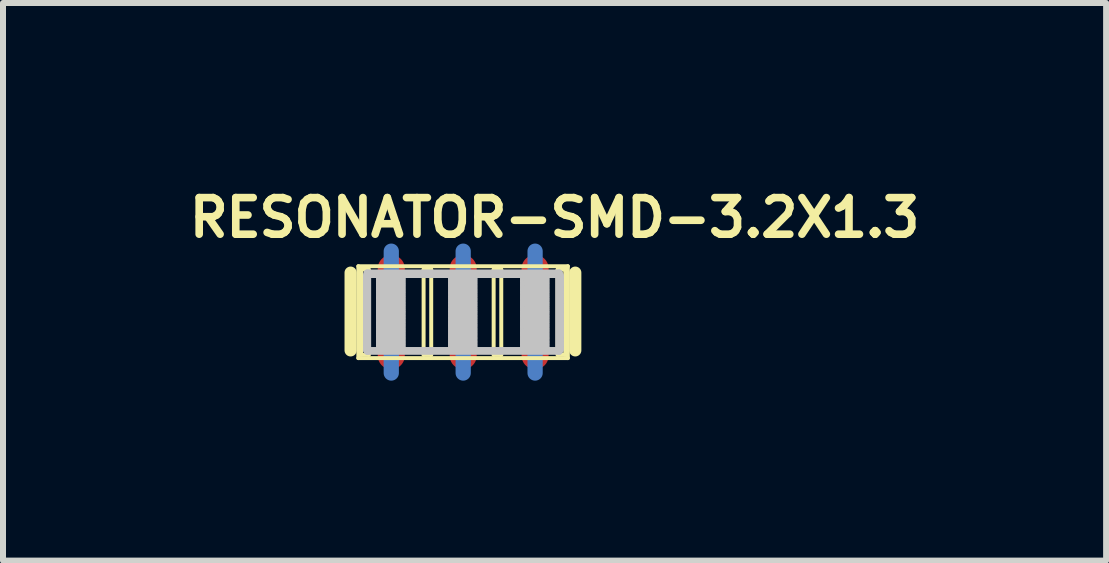
<source format=kicad_pcb>
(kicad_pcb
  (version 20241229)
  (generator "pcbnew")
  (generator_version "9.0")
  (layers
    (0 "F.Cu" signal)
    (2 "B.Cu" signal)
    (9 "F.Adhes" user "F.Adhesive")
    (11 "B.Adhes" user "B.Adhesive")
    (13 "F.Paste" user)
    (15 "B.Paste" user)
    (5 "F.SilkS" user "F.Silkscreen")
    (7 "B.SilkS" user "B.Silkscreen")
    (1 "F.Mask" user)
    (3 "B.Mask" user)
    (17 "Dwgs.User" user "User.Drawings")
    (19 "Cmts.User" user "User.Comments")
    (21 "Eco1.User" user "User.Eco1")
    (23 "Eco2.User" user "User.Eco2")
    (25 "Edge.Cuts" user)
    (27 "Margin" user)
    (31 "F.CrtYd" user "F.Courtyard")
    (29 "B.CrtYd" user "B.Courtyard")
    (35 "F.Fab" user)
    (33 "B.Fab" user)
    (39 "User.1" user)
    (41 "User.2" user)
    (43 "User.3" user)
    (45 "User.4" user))
  (footprint "RESONATOR-SMD-3.2X1.3"
    (layer "F.Cu")
    (at 4.673 2.154)
    (property "Reference" "RESONATOR-SMD-3.2X1.3" (at 1.524 -1.575 0) (layer "F.SilkS") (effects (font (size 0.61 0.61) (thickness 0.127))))
    (attr smd)
    (fp_line (start -1.199 0) (end -1.199 -1.016) (stroke (width 0.254) (type solid)) (layer "B.Cu"))
    (fp_line (start -1.199 1.016) (end -1.199 0) (stroke (width 0.254) (type solid)) (layer "B.Cu"))
    (fp_line (start 0 0) (end 0 -1.016) (stroke (width 0.254) (type solid)) (layer "B.Cu"))
    (fp_line (start 0 0) (end 0 1.016) (stroke (width 0.254) (type solid)) (layer "B.Cu"))
    (fp_line (start 1.199 0) (end 1.199 -1.016) (stroke (width 0.254) (type solid)) (layer "B.Cu"))
    (fp_line (start 1.199 0) (end 1.199 1.016) (stroke (width 0.254) (type solid)) (layer "B.Cu"))
    (fp_line (start -1.877 0.638) (end -1.877 -0.658) (stroke (width 0.203) (type solid)) (layer "F.SilkS"))
    (fp_line (start -1.748 -0.765) (end 1.745 -0.765) (stroke (width 0.066) (type solid)) (layer "F.SilkS"))
    (fp_line (start -1.748 0.767) (end -1.748 -0.765) (stroke (width 0.066) (type solid)) (layer "F.SilkS"))
    (fp_line (start -1.748 0.767) (end 1.745 0.767) (stroke (width 0.066) (type solid)) (layer "F.SilkS"))
    (fp_line (start -1.702 -0.711) (end -1.575 -0.711) (stroke (width 0.066) (type solid)) (layer "F.SilkS"))
    (fp_line (start -1.702 0.711) (end -1.702 -0.711) (stroke (width 0.066) (type solid)) (layer "F.SilkS"))
    (fp_line (start -1.702 0.711) (end -1.575 0.711) (stroke (width 0.066) (type solid)) (layer "F.SilkS"))
    (fp_line (start -1.575 0.711) (end -1.575 -0.711) (stroke (width 0.066) (type solid)) (layer "F.SilkS"))
    (fp_line (start -0.66 -0.711) (end -0.533 -0.711) (stroke (width 0.066) (type solid)) (layer "F.SilkS"))
    (fp_line (start -0.66 0.711) (end -0.66 -0.711) (stroke (width 0.066) (type solid)) (layer "F.SilkS"))
    (fp_line (start -0.66 0.711) (end -0.533 0.711) (stroke (width 0.066) (type solid)) (layer "F.SilkS"))
    (fp_line (start -0.533 0.711) (end -0.533 -0.711) (stroke (width 0.066) (type solid)) (layer "F.SilkS"))
    (fp_line (start 0.508 -0.711) (end 0.635 -0.711) (stroke (width 0.066) (type solid)) (layer "F.SilkS"))
    (fp_line (start 0.508 0.711) (end 0.508 -0.711) (stroke (width 0.066) (type solid)) (layer "F.SilkS"))
    (fp_line (start 0.508 0.711) (end 0.635 0.711) (stroke (width 0.066) (type solid)) (layer "F.SilkS"))
    (fp_line (start 0.635 0.711) (end 0.635 -0.711) (stroke (width 0.066) (type solid)) (layer "F.SilkS"))
    (fp_line (start 1.575 -0.711) (end 1.702 -0.711) (stroke (width 0.066) (type solid)) (layer "F.SilkS"))
    (fp_line (start 1.575 0.711) (end 1.575 -0.711) (stroke (width 0.066) (type solid)) (layer "F.SilkS"))
    (fp_line (start 1.575 0.711) (end 1.702 0.711) (stroke (width 0.066) (type solid)) (layer "F.SilkS"))
    (fp_line (start 1.702 0.711) (end 1.702 -0.711) (stroke (width 0.066) (type solid)) (layer "F.SilkS"))
    (fp_line (start 1.745 0.767) (end 1.745 -0.765) (stroke (width 0.066) (type solid)) (layer "F.SilkS"))
    (fp_line (start 1.869 -0.658) (end 1.869 0.638) (stroke (width 0.203) (type solid)) (layer "F.SilkS"))
    (fp_line (start -1.633 -0.625) (end 1.641 -0.625) (stroke (width 0.066) (type solid)) (layer "Dwgs.User"))
    (fp_line (start -1.633 -0.602) (end -1.633 -0.625) (stroke (width 0.066) (type solid)) (layer "Dwgs.User"))
    (fp_line (start -1.633 -0.602) (end -1.61 -0.602) (stroke (width 0.066) (type solid)) (layer "Dwgs.User"))
    (fp_line (start -1.633 -0.602) (end 1.641 -0.602) (stroke (width 0.066) (type solid)) (layer "Dwgs.User"))
    (fp_line (start -1.633 -0.582) (end -1.633 -0.602) (stroke (width 0.066) (type solid)) (layer "Dwgs.User"))
    (fp_line (start -1.633 -0.582) (end -1.61 -0.582) (stroke (width 0.066) (type solid)) (layer "Dwgs.User"))
    (fp_line (start -1.633 -0.582) (end -1.61 -0.582) (stroke (width 0.066) (type solid)) (layer "Dwgs.User"))
    (fp_line (start -1.633 -0.559) (end -1.633 -0.582) (stroke (width 0.066) (type solid)) (layer "Dwgs.User"))
    (fp_line (start -1.633 -0.559) (end -1.61 -0.559) (stroke (width 0.066) (type solid)) (layer "Dwgs.User"))
    (fp_line (start -1.633 -0.559) (end -1.61 -0.559) (stroke (width 0.066) (type solid)) (layer "Dwgs.User"))
    (fp_line (start -1.633 -0.538) (end -1.633 -0.559) (stroke (width 0.066) (type solid)) (layer "Dwgs.User"))
    (fp_line (start -1.633 -0.538) (end -1.61 -0.538) (stroke (width 0.066) (type solid)) (layer "Dwgs.User"))
    (fp_line (start -1.633 -0.538) (end -1.61 -0.538) (stroke (width 0.066) (type solid)) (layer "Dwgs.User"))
    (fp_line (start -1.633 -0.516) (end -1.633 -0.538) (stroke (width 0.066) (type solid)) (layer "Dwgs.User"))
    (fp_line (start -1.633 -0.516) (end -1.61 -0.516) (stroke (width 0.066) (type solid)) (layer "Dwgs.User"))
    (fp_line (start -1.633 -0.516) (end -1.61 -0.516) (stroke (width 0.066) (type solid)) (layer "Dwgs.User"))
    (fp_line (start -1.633 -0.493) (end -1.633 -0.516) (stroke (width 0.066) (type solid)) (layer "Dwgs.User"))
    (fp_line (start -1.633 -0.493) (end -1.61 -0.493) (stroke (width 0.066) (type solid)) (layer "Dwgs.User"))
    (fp_line (start -1.633 -0.493) (end -1.61 -0.493) (stroke (width 0.066) (type solid)) (layer "Dwgs.User"))
    (fp_line (start -1.633 -0.472) (end -1.633 -0.493) (stroke (width 0.066) (type solid)) (layer "Dwgs.User"))
    (fp_line (start -1.633 -0.472) (end -1.61 -0.472) (stroke (width 0.066) (type solid)) (layer "Dwgs.User"))
    (fp_line (start -1.633 -0.472) (end -1.61 -0.472) (stroke (width 0.066) (type solid)) (layer "Dwgs.User"))
    (fp_line (start -1.633 -0.45) (end -1.633 -0.472) (stroke (width 0.066) (type solid)) (layer "Dwgs.User"))
    (fp_line (start -1.633 -0.45) (end -1.61 -0.45) (stroke (width 0.066) (type solid)) (layer "Dwgs.User"))
    (fp_line (start -1.633 -0.45) (end -1.61 -0.45) (stroke (width 0.066) (type solid)) (layer "Dwgs.User"))
    (fp_line (start -1.633 -0.429) (end -1.633 -0.45) (stroke (width 0.066) (type solid)) (layer "Dwgs.User"))
    (fp_line (start -1.633 -0.429) (end -1.61 -0.429) (stroke (width 0.066) (type solid)) (layer "Dwgs.User"))
    (fp_line (start -1.633 -0.429) (end -1.61 -0.429) (stroke (width 0.066) (type solid)) (layer "Dwgs.User"))
    (fp_line (start -1.633 -0.406) (end -1.633 -0.429) (stroke (width 0.066) (type solid)) (layer "Dwgs.User"))
    (fp_line (start -1.633 -0.406) (end -1.61 -0.406) (stroke (width 0.066) (type solid)) (layer "Dwgs.User"))
    (fp_line (start -1.633 -0.406) (end -1.61 -0.406) (stroke (width 0.066) (type solid)) (layer "Dwgs.User"))
    (fp_line (start -1.633 -0.384) (end -1.633 -0.406) (stroke (width 0.066) (type solid)) (layer "Dwgs.User"))
    (fp_line (start -1.633 -0.384) (end -1.61 -0.384) (stroke (width 0.066) (type solid)) (layer "Dwgs.User"))
    (fp_line (start -1.633 -0.384) (end -1.61 -0.384) (stroke (width 0.066) (type solid)) (layer "Dwgs.User"))
    (fp_line (start -1.633 -0.363) (end -1.633 -0.384) (stroke (width 0.066) (type solid)) (layer "Dwgs.User"))
    (fp_line (start -1.633 -0.363) (end -1.61 -0.363) (stroke (width 0.066) (type solid)) (layer "Dwgs.User"))
    (fp_line (start -1.633 -0.363) (end -1.61 -0.363) (stroke (width 0.066) (type solid)) (layer "Dwgs.User"))
    (fp_line (start -1.633 -0.34) (end -1.633 -0.363) (stroke (width 0.066) (type solid)) (layer "Dwgs.User"))
    (fp_line (start -1.633 -0.34) (end -1.61 -0.34) (stroke (width 0.066) (type solid)) (layer "Dwgs.User"))
    (fp_line (start -1.633 -0.34) (end -1.61 -0.34) (stroke (width 0.066) (type solid)) (layer "Dwgs.User"))
    (fp_line (start -1.633 -0.32) (end -1.633 -0.34) (stroke (width 0.066) (type solid)) (layer "Dwgs.User"))
    (fp_line (start -1.633 -0.32) (end -1.61 -0.32) (stroke (width 0.066) (type solid)) (layer "Dwgs.User"))
    (fp_line (start -1.633 -0.32) (end -1.61 -0.32) (stroke (width 0.066) (type solid)) (layer "Dwgs.User"))
    (fp_line (start -1.633 -0.297) (end -1.633 -0.32) (stroke (width 0.066) (type solid)) (layer "Dwgs.User"))
    (fp_line (start -1.633 -0.297) (end -1.61 -0.297) (stroke (width 0.066) (type solid)) (layer "Dwgs.User"))
    (fp_line (start -1.633 -0.297) (end -1.61 -0.297) (stroke (width 0.066) (type solid)) (layer "Dwgs.User"))
    (fp_line (start -1.633 -0.274) (end -1.633 -0.297) (stroke (width 0.066) (type solid)) (layer "Dwgs.User"))
    (fp_line (start -1.633 -0.274) (end -1.61 -0.274) (stroke (width 0.066) (type solid)) (layer "Dwgs.User"))
    (fp_line (start -1.633 -0.274) (end -1.61 -0.274) (stroke (width 0.066) (type solid)) (layer "Dwgs.User"))
    (fp_line (start -1.633 -0.254) (end -1.633 -0.274) (stroke (width 0.066) (type solid)) (layer "Dwgs.User"))
    (fp_line (start -1.633 -0.254) (end -1.61 -0.254) (stroke (width 0.066) (type solid)) (layer "Dwgs.User"))
    (fp_line (start -1.633 -0.254) (end -1.61 -0.254) (stroke (width 0.066) (type solid)) (layer "Dwgs.User"))
    (fp_line (start -1.633 -0.231) (end -1.633 -0.254) (stroke (width 0.066) (type solid)) (layer "Dwgs.User"))
    (fp_line (start -1.633 -0.231) (end -1.61 -0.231) (stroke (width 0.066) (type solid)) (layer "Dwgs.User"))
    (fp_line (start -1.633 -0.231) (end -1.61 -0.231) (stroke (width 0.066) (type solid)) (layer "Dwgs.User"))
    (fp_line (start -1.633 -0.211) (end -1.633 -0.231) (stroke (width 0.066) (type solid)) (layer "Dwgs.User"))
    (fp_line (start -1.633 -0.211) (end -1.61 -0.211) (stroke (width 0.066) (type solid)) (layer "Dwgs.User"))
    (fp_line (start -1.633 -0.211) (end -1.61 -0.211) (stroke (width 0.066) (type solid)) (layer "Dwgs.User"))
    (fp_line (start -1.633 -0.188) (end -1.633 -0.211) (stroke (width 0.066) (type solid)) (layer "Dwgs.User"))
    (fp_line (start -1.633 -0.188) (end -1.61 -0.188) (stroke (width 0.066) (type solid)) (layer "Dwgs.User"))
    (fp_line (start -1.633 -0.188) (end -1.61 -0.188) (stroke (width 0.066) (type solid)) (layer "Dwgs.User"))
    (fp_line (start -1.633 -0.165) (end -1.633 -0.188) (stroke (width 0.066) (type solid)) (layer "Dwgs.User"))
    (fp_line (start -1.633 -0.165) (end -1.61 -0.165) (stroke (width 0.066) (type solid)) (layer "Dwgs.User"))
    (fp_line (start -1.633 -0.165) (end -1.61 -0.165) (stroke (width 0.066) (type solid)) (layer "Dwgs.User"))
    (fp_line (start -1.633 -0.145) (end -1.633 -0.165) (stroke (width 0.066) (type solid)) (layer "Dwgs.User"))
    (fp_line (start -1.633 -0.145) (end -1.61 -0.145) (stroke (width 0.066) (type solid)) (layer "Dwgs.User"))
    (fp_line (start -1.633 -0.145) (end -1.61 -0.145) (stroke (width 0.066) (type solid)) (layer "Dwgs.User"))
    (fp_line (start -1.633 -0.122) (end -1.633 -0.145) (stroke (width 0.066) (type solid)) (layer "Dwgs.User"))
    (fp_line (start -1.633 -0.122) (end -1.61 -0.122) (stroke (width 0.066) (type solid)) (layer "Dwgs.User"))
    (fp_line (start -1.633 -0.122) (end -1.61 -0.122) (stroke (width 0.066) (type solid)) (layer "Dwgs.User"))
    (fp_line (start -1.633 -0.102) (end -1.633 -0.122) (stroke (width 0.066) (type solid)) (layer "Dwgs.User"))
    (fp_line (start -1.633 -0.102) (end -1.61 -0.102) (stroke (width 0.066) (type solid)) (layer "Dwgs.User"))
    (fp_line (start -1.633 -0.102) (end -1.61 -0.102) (stroke (width 0.066) (type solid)) (layer "Dwgs.User"))
    (fp_line (start -1.633 -0.079) (end -1.633 -0.102) (stroke (width 0.066) (type solid)) (layer "Dwgs.User"))
    (fp_line (start -1.633 -0.079) (end -1.61 -0.079) (stroke (width 0.066) (type solid)) (layer "Dwgs.User"))
    (fp_line (start -1.633 -0.079) (end -1.61 -0.079) (stroke (width 0.066) (type solid)) (layer "Dwgs.User"))
    (fp_line (start -1.633 -0.056) (end -1.633 -0.079) (stroke (width 0.066) (type solid)) (layer "Dwgs.User"))
    (fp_line (start -1.633 -0.056) (end -1.61 -0.056) (stroke (width 0.066) (type solid)) (layer "Dwgs.User"))
    (fp_line (start -1.633 -0.056) (end -1.61 -0.056) (stroke (width 0.066) (type solid)) (layer "Dwgs.User"))
    (fp_line (start -1.633 -0.036) (end -1.633 -0.056) (stroke (width 0.066) (type solid)) (layer "Dwgs.User"))
    (fp_line (start -1.633 -0.036) (end -1.61 -0.036) (stroke (width 0.066) (type solid)) (layer "Dwgs.User"))
    (fp_line (start -1.633 -0.036) (end -1.61 -0.036) (stroke (width 0.066) (type solid)) (layer "Dwgs.User"))
    (fp_line (start -1.633 -0.013) (end -1.633 -0.036) (stroke (width 0.066) (type solid)) (layer "Dwgs.User"))
    (fp_line (start -1.633 -0.013) (end -1.61 -0.013) (stroke (width 0.066) (type solid)) (layer "Dwgs.User"))
    (fp_line (start -1.633 -0.013) (end -1.61 -0.013) (stroke (width 0.066) (type solid)) (layer "Dwgs.User"))
    (fp_line (start -1.633 0.005) (end -1.633 -0.013) (stroke (width 0.066) (type solid)) (layer "Dwgs.User"))
    (fp_line (start -1.633 0.005) (end -1.61 0.005) (stroke (width 0.066) (type solid)) (layer "Dwgs.User"))
    (fp_line (start -1.633 0.005) (end -1.61 0.005) (stroke (width 0.066) (type solid)) (layer "Dwgs.User"))
    (fp_line (start -1.633 0.028) (end -1.633 0.005) (stroke (width 0.066) (type solid)) (layer "Dwgs.User"))
    (fp_line (start -1.633 0.028) (end -1.61 0.028) (stroke (width 0.066) (type solid)) (layer "Dwgs.User"))
    (fp_line (start -1.633 0.028) (end -1.61 0.028) (stroke (width 0.066) (type solid)) (layer "Dwgs.User"))
    (fp_line (start -1.633 0.051) (end -1.633 0.028) (stroke (width 0.066) (type solid)) (layer "Dwgs.User"))
    (fp_line (start -1.633 0.051) (end -1.61 0.051) (stroke (width 0.066) (type solid)) (layer "Dwgs.User"))
    (fp_line (start -1.633 0.051) (end -1.61 0.051) (stroke (width 0.066) (type solid)) (layer "Dwgs.User"))
    (fp_line (start -1.633 0.071) (end -1.633 0.051) (stroke (width 0.066) (type solid)) (layer "Dwgs.User"))
    (fp_line (start -1.633 0.071) (end -1.61 0.071) (stroke (width 0.066) (type solid)) (layer "Dwgs.User"))
    (fp_line (start -1.633 0.071) (end -1.61 0.071) (stroke (width 0.066) (type solid)) (layer "Dwgs.User"))
    (fp_line (start -1.633 0.094) (end -1.633 0.071) (stroke (width 0.066) (type solid)) (layer "Dwgs.User"))
    (fp_line (start -1.633 0.094) (end -1.61 0.094) (stroke (width 0.066) (type solid)) (layer "Dwgs.User"))
    (fp_line (start -1.633 0.094) (end -1.61 0.094) (stroke (width 0.066) (type solid)) (layer "Dwgs.User"))
    (fp_line (start -1.633 0.114) (end -1.633 0.094) (stroke (width 0.066) (type solid)) (layer "Dwgs.User"))
    (fp_line (start -1.633 0.114) (end -1.61 0.114) (stroke (width 0.066) (type solid)) (layer "Dwgs.User"))
    (fp_line (start -1.633 0.114) (end -1.61 0.114) (stroke (width 0.066) (type solid)) (layer "Dwgs.User"))
    (fp_line (start -1.633 0.137) (end -1.633 0.114) (stroke (width 0.066) (type solid)) (layer "Dwgs.User"))
    (fp_line (start -1.633 0.137) (end -1.61 0.137) (stroke (width 0.066) (type solid)) (layer "Dwgs.User"))
    (fp_line (start -1.633 0.137) (end -1.61 0.137) (stroke (width 0.066) (type solid)) (layer "Dwgs.User"))
    (fp_line (start -1.633 0.16) (end -1.633 0.137) (stroke (width 0.066) (type solid)) (layer "Dwgs.User"))
    (fp_line (start -1.633 0.16) (end -1.61 0.16) (stroke (width 0.066) (type solid)) (layer "Dwgs.User"))
    (fp_line (start -1.633 0.16) (end -1.61 0.16) (stroke (width 0.066) (type solid)) (layer "Dwgs.User"))
    (fp_line (start -1.633 0.18) (end -1.633 0.16) (stroke (width 0.066) (type solid)) (layer "Dwgs.User"))
    (fp_line (start -1.633 0.18) (end -1.61 0.18) (stroke (width 0.066) (type solid)) (layer "Dwgs.User"))
    (fp_line (start -1.633 0.18) (end -1.61 0.18) (stroke (width 0.066) (type solid)) (layer "Dwgs.User"))
    (fp_line (start -1.633 0.203) (end -1.633 0.18) (stroke (width 0.066) (type solid)) (layer "Dwgs.User"))
    (fp_line (start -1.633 0.203) (end -1.61 0.203) (stroke (width 0.066) (type solid)) (layer "Dwgs.User"))
    (fp_line (start -1.633 0.203) (end -1.61 0.203) (stroke (width 0.066) (type solid)) (layer "Dwgs.User"))
    (fp_line (start -1.633 0.224) (end -1.633 0.203) (stroke (width 0.066) (type solid)) (layer "Dwgs.User"))
    (fp_line (start -1.633 0.224) (end -1.61 0.224) (stroke (width 0.066) (type solid)) (layer "Dwgs.User"))
    (fp_line (start -1.633 0.224) (end -1.61 0.224) (stroke (width 0.066) (type solid)) (layer "Dwgs.User"))
    (fp_line (start -1.633 0.246) (end -1.633 0.224) (stroke (width 0.066) (type solid)) (layer "Dwgs.User"))
    (fp_line (start -1.633 0.246) (end -1.61 0.246) (stroke (width 0.066) (type solid)) (layer "Dwgs.User"))
    (fp_line (start -1.633 0.246) (end -1.61 0.246) (stroke (width 0.066) (type solid)) (layer "Dwgs.User"))
    (fp_line (start -1.633 0.269) (end -1.633 0.246) (stroke (width 0.066) (type solid)) (layer "Dwgs.User"))
    (fp_line (start -1.633 0.269) (end -1.61 0.269) (stroke (width 0.066) (type solid)) (layer "Dwgs.User"))
    (fp_line (start -1.633 0.269) (end -1.61 0.269) (stroke (width 0.066) (type solid)) (layer "Dwgs.User"))
    (fp_line (start -1.633 0.29) (end -1.633 0.269) (stroke (width 0.066) (type solid)) (layer "Dwgs.User"))
    (fp_line (start -1.633 0.29) (end -1.61 0.29) (stroke (width 0.066) (type solid)) (layer "Dwgs.User"))
    (fp_line (start -1.633 0.29) (end -1.61 0.29) (stroke (width 0.066) (type solid)) (layer "Dwgs.User"))
    (fp_line (start -1.633 0.312) (end -1.633 0.29) (stroke (width 0.066) (type solid)) (layer "Dwgs.User"))
    (fp_line (start -1.633 0.312) (end -1.61 0.312) (stroke (width 0.066) (type solid)) (layer "Dwgs.User"))
    (fp_line (start -1.633 0.312) (end -1.61 0.312) (stroke (width 0.066) (type solid)) (layer "Dwgs.User"))
    (fp_line (start -1.633 0.333) (end -1.633 0.312) (stroke (width 0.066) (type solid)) (layer "Dwgs.User"))
    (fp_line (start -1.633 0.333) (end -1.61 0.333) (stroke (width 0.066) (type solid)) (layer "Dwgs.User"))
    (fp_line (start -1.633 0.333) (end -1.61 0.333) (stroke (width 0.066) (type solid)) (layer "Dwgs.User"))
    (fp_line (start -1.633 0.356) (end -1.633 0.333) (stroke (width 0.066) (type solid)) (layer "Dwgs.User"))
    (fp_line (start -1.633 0.356) (end -1.61 0.356) (stroke (width 0.066) (type solid)) (layer "Dwgs.User"))
    (fp_line (start -1.633 0.356) (end -1.61 0.356) (stroke (width 0.066) (type solid)) (layer "Dwgs.User"))
    (fp_line (start -1.633 0.378) (end -1.633 0.356) (stroke (width 0.066) (type solid)) (layer "Dwgs.User"))
    (fp_line (start -1.633 0.378) (end -1.61 0.378) (stroke (width 0.066) (type solid)) (layer "Dwgs.User"))
    (fp_line (start -1.633 0.378) (end -1.61 0.378) (stroke (width 0.066) (type solid)) (layer "Dwgs.User"))
    (fp_line (start -1.633 0.399) (end -1.633 0.378) (stroke (width 0.066) (type solid)) (layer "Dwgs.User"))
    (fp_line (start -1.633 0.399) (end -1.61 0.399) (stroke (width 0.066) (type solid)) (layer "Dwgs.User"))
    (fp_line (start -1.633 0.399) (end -1.61 0.399) (stroke (width 0.066) (type solid)) (layer "Dwgs.User"))
    (fp_line (start -1.633 0.422) (end -1.633 0.399) (stroke (width 0.066) (type solid)) (layer "Dwgs.User"))
    (fp_line (start -1.633 0.422) (end -1.61 0.422) (stroke (width 0.066) (type solid)) (layer "Dwgs.User"))
    (fp_line (start -1.633 0.422) (end -1.61 0.422) (stroke (width 0.066) (type solid)) (layer "Dwgs.User"))
    (fp_line (start -1.633 0.442) (end -1.633 0.422) (stroke (width 0.066) (type solid)) (layer "Dwgs.User"))
    (fp_line (start -1.633 0.442) (end -1.61 0.442) (stroke (width 0.066) (type solid)) (layer "Dwgs.User"))
    (fp_line (start -1.633 0.442) (end -1.61 0.442) (stroke (width 0.066) (type solid)) (layer "Dwgs.User"))
    (fp_line (start -1.633 0.465) (end -1.633 0.442) (stroke (width 0.066) (type solid)) (layer "Dwgs.User"))
    (fp_line (start -1.633 0.465) (end -1.61 0.465) (stroke (width 0.066) (type solid)) (layer "Dwgs.User"))
    (fp_line (start -1.633 0.465) (end -1.61 0.465) (stroke (width 0.066) (type solid)) (layer "Dwgs.User"))
    (fp_line (start -1.633 0.488) (end -1.633 0.465) (stroke (width 0.066) (type solid)) (layer "Dwgs.User"))
    (fp_line (start -1.633 0.488) (end -1.61 0.488) (stroke (width 0.066) (type solid)) (layer "Dwgs.User"))
    (fp_line (start -1.633 0.488) (end -1.61 0.488) (stroke (width 0.066) (type solid)) (layer "Dwgs.User"))
    (fp_line (start -1.633 0.508) (end -1.633 0.488) (stroke (width 0.066) (type solid)) (layer "Dwgs.User"))
    (fp_line (start -1.633 0.508) (end -1.61 0.508) (stroke (width 0.066) (type solid)) (layer "Dwgs.User"))
    (fp_line (start -1.633 0.508) (end -1.61 0.508) (stroke (width 0.066) (type solid)) (layer "Dwgs.User"))
    (fp_line (start -1.633 0.531) (end -1.633 0.508) (stroke (width 0.066) (type solid)) (layer "Dwgs.User"))
    (fp_line (start -1.633 0.531) (end -1.61 0.531) (stroke (width 0.066) (type solid)) (layer "Dwgs.User"))
    (fp_line (start -1.633 0.531) (end -1.61 0.531) (stroke (width 0.066) (type solid)) (layer "Dwgs.User"))
    (fp_line (start -1.633 0.551) (end -1.633 0.531) (stroke (width 0.066) (type solid)) (layer "Dwgs.User"))
    (fp_line (start -1.633 0.551) (end -1.61 0.551) (stroke (width 0.066) (type solid)) (layer "Dwgs.User"))
    (fp_line (start -1.633 0.551) (end -1.61 0.551) (stroke (width 0.066) (type solid)) (layer "Dwgs.User"))
    (fp_line (start -1.633 0.574) (end -1.633 0.551) (stroke (width 0.066) (type solid)) (layer "Dwgs.User"))
    (fp_line (start -1.633 0.574) (end -1.61 0.574) (stroke (width 0.066) (type solid)) (layer "Dwgs.User"))
    (fp_line (start -1.633 0.574) (end -1.61 0.574) (stroke (width 0.066) (type solid)) (layer "Dwgs.User"))
    (fp_line (start -1.633 0.597) (end -1.633 0.574) (stroke (width 0.066) (type solid)) (layer "Dwgs.User"))
    (fp_line (start -1.633 0.597) (end -1.61 0.597) (stroke (width 0.066) (type solid)) (layer "Dwgs.User"))
    (fp_line (start -1.633 0.597) (end -1.61 0.597) (stroke (width 0.066) (type solid)) (layer "Dwgs.User"))
    (fp_line (start -1.633 0.617) (end -1.633 0.597) (stroke (width 0.066) (type solid)) (layer "Dwgs.User"))
    (fp_line (start -1.633 0.617) (end -1.61 0.617) (stroke (width 0.066) (type solid)) (layer "Dwgs.User"))
    (fp_line (start -1.633 0.617) (end 1.641 0.617) (stroke (width 0.066) (type solid)) (layer "Dwgs.User"))
    (fp_line (start -1.633 0.64) (end -1.633 0.617) (stroke (width 0.066) (type solid)) (layer "Dwgs.User"))
    (fp_line (start -1.633 0.64) (end 1.641 0.64) (stroke (width 0.066) (type solid)) (layer "Dwgs.User"))
    (fp_line (start -1.61 -0.582) (end -1.61 -0.602) (stroke (width 0.066) (type solid)) (layer "Dwgs.User"))
    (fp_line (start -1.61 -0.559) (end -1.61 -0.582) (stroke (width 0.066) (type solid)) (layer "Dwgs.User"))
    (fp_line (start -1.61 -0.538) (end -1.61 -0.559) (stroke (width 0.066) (type solid)) (layer "Dwgs.User"))
    (fp_line (start -1.61 -0.516) (end -1.61 -0.538) (stroke (width 0.066) (type solid)) (layer "Dwgs.User"))
    (fp_line (start -1.61 -0.493) (end -1.61 -0.516) (stroke (width 0.066) (type solid)) (layer "Dwgs.User"))
    (fp_line (start -1.61 -0.472) (end -1.61 -0.493) (stroke (width 0.066) (type solid)) (layer "Dwgs.User"))
    (fp_line (start -1.61 -0.45) (end -1.61 -0.472) (stroke (width 0.066) (type solid)) (layer "Dwgs.User"))
    (fp_line (start -1.61 -0.429) (end -1.61 -0.45) (stroke (width 0.066) (type solid)) (layer "Dwgs.User"))
    (fp_line (start -1.61 -0.406) (end -1.61 -0.429) (stroke (width 0.066) (type solid)) (layer "Dwgs.User"))
    (fp_line (start -1.61 -0.384) (end -1.61 -0.406) (stroke (width 0.066) (type solid)) (layer "Dwgs.User"))
    (fp_line (start -1.61 -0.363) (end -1.61 -0.384) (stroke (width 0.066) (type solid)) (layer "Dwgs.User"))
    (fp_line (start -1.61 -0.34) (end -1.61 -0.363) (stroke (width 0.066) (type solid)) (layer "Dwgs.User"))
    (fp_line (start -1.61 -0.32) (end -1.61 -0.34) (stroke (width 0.066) (type solid)) (layer "Dwgs.User"))
    (fp_line (start -1.61 -0.297) (end -1.61 -0.32) (stroke (width 0.066) (type solid)) (layer "Dwgs.User"))
    (fp_line (start -1.61 -0.274) (end -1.61 -0.297) (stroke (width 0.066) (type solid)) (layer "Dwgs.User"))
    (fp_line (start -1.61 -0.254) (end -1.61 -0.274) (stroke (width 0.066) (type solid)) (layer "Dwgs.User"))
    (fp_line (start -1.61 -0.231) (end -1.61 -0.254) (stroke (width 0.066) (type solid)) (layer "Dwgs.User"))
    (fp_line (start -1.61 -0.211) (end -1.61 -0.231) (stroke (width 0.066) (type solid)) (layer "Dwgs.User"))
    (fp_line (start -1.61 -0.188) (end -1.61 -0.211) (stroke (width 0.066) (type solid)) (layer "Dwgs.User"))
    (fp_line (start -1.61 -0.165) (end -1.61 -0.188) (stroke (width 0.066) (type solid)) (layer "Dwgs.User"))
    (fp_line (start -1.61 -0.145) (end -1.61 -0.165) (stroke (width 0.066) (type solid)) (layer "Dwgs.User"))
    (fp_line (start -1.61 -0.122) (end -1.61 -0.145) (stroke (width 0.066) (type solid)) (layer "Dwgs.User"))
    (fp_line (start -1.61 -0.102) (end -1.61 -0.122) (stroke (width 0.066) (type solid)) (layer "Dwgs.User"))
    (fp_line (start -1.61 -0.079) (end -1.61 -0.102) (stroke (width 0.066) (type solid)) (layer "Dwgs.User"))
    (fp_line (start -1.61 -0.056) (end -1.61 -0.079) (stroke (width 0.066) (type solid)) (layer "Dwgs.User"))
    (fp_line (start -1.61 -0.036) (end -1.61 -0.056) (stroke (width 0.066) (type solid)) (layer "Dwgs.User"))
    (fp_line (start -1.61 -0.013) (end -1.61 -0.036) (stroke (width 0.066) (type solid)) (layer "Dwgs.User"))
    (fp_line (start -1.61 0.005) (end -1.61 -0.013) (stroke (width 0.066) (type solid)) (layer "Dwgs.User"))
    (fp_line (start -1.61 0.028) (end -1.61 0.005) (stroke (width 0.066) (type solid)) (layer "Dwgs.User"))
    (fp_line (start -1.61 0.051) (end -1.61 0.028) (stroke (width 0.066) (type solid)) (layer "Dwgs.User"))
    (fp_line (start -1.61 0.071) (end -1.61 0.051) (stroke (width 0.066) (type solid)) (layer "Dwgs.User"))
    (fp_line (start -1.61 0.094) (end -1.61 0.071) (stroke (width 0.066) (type solid)) (layer "Dwgs.User"))
    (fp_line (start -1.61 0.114) (end -1.61 0.094) (stroke (width 0.066) (type solid)) (layer "Dwgs.User"))
    (fp_line (start -1.61 0.137) (end -1.61 0.114) (stroke (width 0.066) (type solid)) (layer "Dwgs.User"))
    (fp_line (start -1.61 0.16) (end -1.61 0.137) (stroke (width 0.066) (type solid)) (layer "Dwgs.User"))
    (fp_line (start -1.61 0.18) (end -1.61 0.16) (stroke (width 0.066) (type solid)) (layer "Dwgs.User"))
    (fp_line (start -1.61 0.203) (end -1.61 0.18) (stroke (width 0.066) (type solid)) (layer "Dwgs.User"))
    (fp_line (start -1.61 0.224) (end -1.61 0.203) (stroke (width 0.066) (type solid)) (layer "Dwgs.User"))
    (fp_line (start -1.61 0.246) (end -1.61 0.224) (stroke (width 0.066) (type solid)) (layer "Dwgs.User"))
    (fp_line (start -1.61 0.269) (end -1.61 0.246) (stroke (width 0.066) (type solid)) (layer "Dwgs.User"))
    (fp_line (start -1.61 0.29) (end -1.61 0.269) (stroke (width 0.066) (type solid)) (layer "Dwgs.User"))
    (fp_line (start -1.61 0.312) (end -1.61 0.29) (stroke (width 0.066) (type solid)) (layer "Dwgs.User"))
    (fp_line (start -1.61 0.333) (end -1.61 0.312) (stroke (width 0.066) (type solid)) (layer "Dwgs.User"))
    (fp_line (start -1.61 0.356) (end -1.61 0.333) (stroke (width 0.066) (type solid)) (layer "Dwgs.User"))
    (fp_line (start -1.61 0.378) (end -1.61 0.356) (stroke (width 0.066) (type solid)) (layer "Dwgs.User"))
    (fp_line (start -1.61 0.399) (end -1.61 0.378) (stroke (width 0.066) (type solid)) (layer "Dwgs.User"))
    (fp_line (start -1.61 0.422) (end -1.61 0.399) (stroke (width 0.066) (type solid)) (layer "Dwgs.User"))
    (fp_line (start -1.61 0.442) (end -1.61 0.422) (stroke (width 0.066) (type solid)) (layer "Dwgs.User"))
    (fp_line (start -1.61 0.465) (end -1.61 0.442) (stroke (width 0.066) (type solid)) (layer "Dwgs.User"))
    (fp_line (start -1.61 0.488) (end -1.61 0.465) (stroke (width 0.066) (type solid)) (layer "Dwgs.User"))
    (fp_line (start -1.61 0.508) (end -1.61 0.488) (stroke (width 0.066) (type solid)) (layer "Dwgs.User"))
    (fp_line (start -1.61 0.531) (end -1.61 0.508) (stroke (width 0.066) (type solid)) (layer "Dwgs.User"))
    (fp_line (start -1.61 0.551) (end -1.61 0.531) (stroke (width 0.066) (type solid)) (layer "Dwgs.User"))
    (fp_line (start -1.61 0.574) (end -1.61 0.551) (stroke (width 0.066) (type solid)) (layer "Dwgs.User"))
    (fp_line (start -1.61 0.597) (end -1.61 0.574) (stroke (width 0.066) (type solid)) (layer "Dwgs.User"))
    (fp_line (start -1.61 0.617) (end -1.61 0.597) (stroke (width 0.066) (type solid)) (layer "Dwgs.User"))
    (fp_line (start -1.598 -0.648) (end 1.598 -0.648) (stroke (width 0.127) (type solid)) (layer "Dwgs.User"))
    (fp_line (start -1.598 0.648) (end -1.598 -0.648) (stroke (width 0.127) (type solid)) (layer "Dwgs.User"))
    (fp_line (start -1.415 -0.602) (end -0.998 -0.602) (stroke (width 0.066) (type solid)) (layer "Dwgs.User"))
    (fp_line (start -1.415 -0.582) (end -1.415 -0.602) (stroke (width 0.066) (type solid)) (layer "Dwgs.User"))
    (fp_line (start -1.415 -0.582) (end -0.998 -0.582) (stroke (width 0.066) (type solid)) (layer "Dwgs.User"))
    (fp_line (start -1.415 -0.582) (end -0.998 -0.582) (stroke (width 0.066) (type solid)) (layer "Dwgs.User"))
    (fp_line (start -1.415 -0.559) (end -1.415 -0.582) (stroke (width 0.066) (type solid)) (layer "Dwgs.User"))
    (fp_line (start -1.415 -0.559) (end -0.998 -0.559) (stroke (width 0.066) (type solid)) (layer "Dwgs.User"))
    (fp_line (start -1.415 -0.559) (end -0.998 -0.559) (stroke (width 0.066) (type solid)) (layer "Dwgs.User"))
    (fp_line (start -1.415 -0.538) (end -1.415 -0.559) (stroke (width 0.066) (type solid)) (layer "Dwgs.User"))
    (fp_line (start -1.415 -0.538) (end -0.998 -0.538) (stroke (width 0.066) (type solid)) (layer "Dwgs.User"))
    (fp_line (start -1.415 -0.538) (end -0.998 -0.538) (stroke (width 0.066) (type solid)) (layer "Dwgs.User"))
    (fp_line (start -1.415 -0.516) (end -1.415 -0.538) (stroke (width 0.066) (type solid)) (layer "Dwgs.User"))
    (fp_line (start -1.415 -0.516) (end -0.998 -0.516) (stroke (width 0.066) (type solid)) (layer "Dwgs.User"))
    (fp_line (start -1.415 -0.516) (end -0.998 -0.516) (stroke (width 0.066) (type solid)) (layer "Dwgs.User"))
    (fp_line (start -1.415 -0.493) (end -1.415 -0.516) (stroke (width 0.066) (type solid)) (layer "Dwgs.User"))
    (fp_line (start -1.415 -0.493) (end -0.998 -0.493) (stroke (width 0.066) (type solid)) (layer "Dwgs.User"))
    (fp_line (start -1.415 -0.493) (end -0.998 -0.493) (stroke (width 0.066) (type solid)) (layer "Dwgs.User"))
    (fp_line (start -1.415 -0.472) (end -1.415 -0.493) (stroke (width 0.066) (type solid)) (layer "Dwgs.User"))
    (fp_line (start -1.415 -0.472) (end -0.998 -0.472) (stroke (width 0.066) (type solid)) (layer "Dwgs.User"))
    (fp_line (start -1.415 -0.472) (end -0.998 -0.472) (stroke (width 0.066) (type solid)) (layer "Dwgs.User"))
    (fp_line (start -1.415 -0.45) (end -1.415 -0.472) (stroke (width 0.066) (type solid)) (layer "Dwgs.User"))
    (fp_line (start -1.415 -0.45) (end -0.998 -0.45) (stroke (width 0.066) (type solid)) (layer "Dwgs.User"))
    (fp_line (start -1.415 -0.45) (end -0.998 -0.45) (stroke (width 0.066) (type solid)) (layer "Dwgs.User"))
    (fp_line (start -1.415 -0.429) (end -1.415 -0.45) (stroke (width 0.066) (type solid)) (layer "Dwgs.User"))
    (fp_line (start -1.415 -0.429) (end -0.998 -0.429) (stroke (width 0.066) (type solid)) (layer "Dwgs.User"))
    (fp_line (start -1.415 -0.429) (end -0.998 -0.429) (stroke (width 0.066) (type solid)) (layer "Dwgs.User"))
    (fp_line (start -1.415 -0.406) (end -1.415 -0.429) (stroke (width 0.066) (type solid)) (layer "Dwgs.User"))
    (fp_line (start -1.415 -0.406) (end -0.998 -0.406) (stroke (width 0.066) (type solid)) (layer "Dwgs.User"))
    (fp_line (start -1.415 -0.406) (end -0.998 -0.406) (stroke (width 0.066) (type solid)) (layer "Dwgs.User"))
    (fp_line (start -1.415 -0.384) (end -1.415 -0.406) (stroke (width 0.066) (type solid)) (layer "Dwgs.User"))
    (fp_line (start -1.415 -0.384) (end -0.998 -0.384) (stroke (width 0.066) (type solid)) (layer "Dwgs.User"))
    (fp_line (start -1.415 -0.384) (end -0.998 -0.384) (stroke (width 0.066) (type solid)) (layer "Dwgs.User"))
    (fp_line (start -1.415 -0.363) (end -1.415 -0.384) (stroke (width 0.066) (type solid)) (layer "Dwgs.User"))
    (fp_line (start -1.415 -0.363) (end -0.998 -0.363) (stroke (width 0.066) (type solid)) (layer "Dwgs.User"))
    (fp_line (start -1.415 -0.363) (end -0.998 -0.363) (stroke (width 0.066) (type solid)) (layer "Dwgs.User"))
    (fp_line (start -1.415 -0.34) (end -1.415 -0.363) (stroke (width 0.066) (type solid)) (layer "Dwgs.User"))
    (fp_line (start -1.415 -0.34) (end -0.998 -0.34) (stroke (width 0.066) (type solid)) (layer "Dwgs.User"))
    (fp_line (start -1.415 -0.34) (end -0.998 -0.34) (stroke (width 0.066) (type solid)) (layer "Dwgs.User"))
    (fp_line (start -1.415 -0.32) (end -1.415 -0.34) (stroke (width 0.066) (type solid)) (layer "Dwgs.User"))
    (fp_line (start -1.415 -0.32) (end -0.998 -0.32) (stroke (width 0.066) (type solid)) (layer "Dwgs.User"))
    (fp_line (start -1.415 -0.32) (end -0.998 -0.32) (stroke (width 0.066) (type solid)) (layer "Dwgs.User"))
    (fp_line (start -1.415 -0.297) (end -1.415 -0.32) (stroke (width 0.066) (type solid)) (layer "Dwgs.User"))
    (fp_line (start -1.415 -0.297) (end -0.998 -0.297) (stroke (width 0.066) (type solid)) (layer "Dwgs.User"))
    (fp_line (start -1.415 -0.297) (end -0.998 -0.297) (stroke (width 0.066) (type solid)) (layer "Dwgs.User"))
    (fp_line (start -1.415 -0.274) (end -1.415 -0.297) (stroke (width 0.066) (type solid)) (layer "Dwgs.User"))
    (fp_line (start -1.415 -0.274) (end -0.998 -0.274) (stroke (width 0.066) (type solid)) (layer "Dwgs.User"))
    (fp_line (start -1.415 -0.274) (end -0.998 -0.274) (stroke (width 0.066) (type solid)) (layer "Dwgs.User"))
    (fp_line (start -1.415 -0.254) (end -1.415 -0.274) (stroke (width 0.066) (type solid)) (layer "Dwgs.User"))
    (fp_line (start -1.415 -0.254) (end -0.998 -0.254) (stroke (width 0.066) (type solid)) (layer "Dwgs.User"))
    (fp_line (start -1.415 -0.254) (end -0.998 -0.254) (stroke (width 0.066) (type solid)) (layer "Dwgs.User"))
    (fp_line (start -1.415 -0.231) (end -1.415 -0.254) (stroke (width 0.066) (type solid)) (layer "Dwgs.User"))
    (fp_line (start -1.415 -0.231) (end -0.998 -0.231) (stroke (width 0.066) (type solid)) (layer "Dwgs.User"))
    (fp_line (start -1.415 -0.231) (end -0.998 -0.231) (stroke (width 0.066) (type solid)) (layer "Dwgs.User"))
    (fp_line (start -1.415 -0.211) (end -1.415 -0.231) (stroke (width 0.066) (type solid)) (layer "Dwgs.User"))
    (fp_line (start -1.415 -0.211) (end -0.998 -0.211) (stroke (width 0.066) (type solid)) (layer "Dwgs.User"))
    (fp_line (start -1.415 -0.211) (end -0.998 -0.211) (stroke (width 0.066) (type solid)) (layer "Dwgs.User"))
    (fp_line (start -1.415 -0.188) (end -1.415 -0.211) (stroke (width 0.066) (type solid)) (layer "Dwgs.User"))
    (fp_line (start -1.415 -0.188) (end -0.998 -0.188) (stroke (width 0.066) (type solid)) (layer "Dwgs.User"))
    (fp_line (start -1.415 -0.188) (end -0.998 -0.188) (stroke (width 0.066) (type solid)) (layer "Dwgs.User"))
    (fp_line (start -1.415 -0.165) (end -1.415 -0.188) (stroke (width 0.066) (type solid)) (layer "Dwgs.User"))
    (fp_line (start -1.415 -0.165) (end -0.998 -0.165) (stroke (width 0.066) (type solid)) (layer "Dwgs.User"))
    (fp_line (start -1.415 -0.165) (end -0.998 -0.165) (stroke (width 0.066) (type solid)) (layer "Dwgs.User"))
    (fp_line (start -1.415 -0.145) (end -1.415 -0.165) (stroke (width 0.066) (type solid)) (layer "Dwgs.User"))
    (fp_line (start -1.415 -0.145) (end -0.998 -0.145) (stroke (width 0.066) (type solid)) (layer "Dwgs.User"))
    (fp_line (start -1.415 -0.145) (end -0.998 -0.145) (stroke (width 0.066) (type solid)) (layer "Dwgs.User"))
    (fp_line (start -1.415 -0.122) (end -1.415 -0.145) (stroke (width 0.066) (type solid)) (layer "Dwgs.User"))
    (fp_line (start -1.415 -0.122) (end -0.998 -0.122) (stroke (width 0.066) (type solid)) (layer "Dwgs.User"))
    (fp_line (start -1.415 -0.122) (end -0.998 -0.122) (stroke (width 0.066) (type solid)) (layer "Dwgs.User"))
    (fp_line (start -1.415 -0.102) (end -1.415 -0.122) (stroke (width 0.066) (type solid)) (layer "Dwgs.User"))
    (fp_line (start -1.415 -0.102) (end -0.998 -0.102) (stroke (width 0.066) (type solid)) (layer "Dwgs.User"))
    (fp_line (start -1.415 -0.102) (end -0.998 -0.102) (stroke (width 0.066) (type solid)) (layer "Dwgs.User"))
    (fp_line (start -1.415 -0.079) (end -1.415 -0.102) (stroke (width 0.066) (type solid)) (layer "Dwgs.User"))
    (fp_line (start -1.415 -0.079) (end -0.998 -0.079) (stroke (width 0.066) (type solid)) (layer "Dwgs.User"))
    (fp_line (start -1.415 -0.079) (end -0.998 -0.079) (stroke (width 0.066) (type solid)) (layer "Dwgs.User"))
    (fp_line (start -1.415 -0.056) (end -1.415 -0.079) (stroke (width 0.066) (type solid)) (layer "Dwgs.User"))
    (fp_line (start -1.415 -0.056) (end -0.998 -0.056) (stroke (width 0.066) (type solid)) (layer "Dwgs.User"))
    (fp_line (start -1.415 -0.056) (end -0.998 -0.056) (stroke (width 0.066) (type solid)) (layer "Dwgs.User"))
    (fp_line (start -1.415 -0.036) (end -1.415 -0.056) (stroke (width 0.066) (type solid)) (layer "Dwgs.User"))
    (fp_line (start -1.415 -0.036) (end -0.998 -0.036) (stroke (width 0.066) (type solid)) (layer "Dwgs.User"))
    (fp_line (start -1.415 -0.036) (end -0.998 -0.036) (stroke (width 0.066) (type solid)) (layer "Dwgs.User"))
    (fp_line (start -1.415 -0.013) (end -1.415 -0.036) (stroke (width 0.066) (type solid)) (layer "Dwgs.User"))
    (fp_line (start -1.415 -0.013) (end -0.998 -0.013) (stroke (width 0.066) (type solid)) (layer "Dwgs.User"))
    (fp_line (start -1.415 -0.013) (end -0.998 -0.013) (stroke (width 0.066) (type solid)) (layer "Dwgs.User"))
    (fp_line (start -1.415 0.005) (end -1.415 -0.013) (stroke (width 0.066) (type solid)) (layer "Dwgs.User"))
    (fp_line (start -1.415 0.005) (end -0.998 0.005) (stroke (width 0.066) (type solid)) (layer "Dwgs.User"))
    (fp_line (start -1.415 0.005) (end -0.998 0.005) (stroke (width 0.066) (type solid)) (layer "Dwgs.User"))
    (fp_line (start -1.415 0.028) (end -1.415 0.005) (stroke (width 0.066) (type solid)) (layer "Dwgs.User"))
    (fp_line (start -1.415 0.028) (end -0.998 0.028) (stroke (width 0.066) (type solid)) (layer "Dwgs.User"))
    (fp_line (start -1.415 0.028) (end -0.998 0.028) (stroke (width 0.066) (type solid)) (layer "Dwgs.User"))
    (fp_line (start -1.415 0.051) (end -1.415 0.028) (stroke (width 0.066) (type solid)) (layer "Dwgs.User"))
    (fp_line (start -1.415 0.051) (end -0.998 0.051) (stroke (width 0.066) (type solid)) (layer "Dwgs.User"))
    (fp_line (start -1.415 0.051) (end -0.998 0.051) (stroke (width 0.066) (type solid)) (layer "Dwgs.User"))
    (fp_line (start -1.415 0.071) (end -1.415 0.051) (stroke (width 0.066) (type solid)) (layer "Dwgs.User"))
    (fp_line (start -1.415 0.071) (end -0.998 0.071) (stroke (width 0.066) (type solid)) (layer "Dwgs.User"))
    (fp_line (start -1.415 0.071) (end -0.998 0.071) (stroke (width 0.066) (type solid)) (layer "Dwgs.User"))
    (fp_line (start -1.415 0.094) (end -1.415 0.071) (stroke (width 0.066) (type solid)) (layer "Dwgs.User"))
    (fp_line (start -1.415 0.094) (end -0.998 0.094) (stroke (width 0.066) (type solid)) (layer "Dwgs.User"))
    (fp_line (start -1.415 0.094) (end -0.998 0.094) (stroke (width 0.066) (type solid)) (layer "Dwgs.User"))
    (fp_line (start -1.415 0.114) (end -1.415 0.094) (stroke (width 0.066) (type solid)) (layer "Dwgs.User"))
    (fp_line (start -1.415 0.114) (end -0.998 0.114) (stroke (width 0.066) (type solid)) (layer "Dwgs.User"))
    (fp_line (start -1.415 0.114) (end -0.998 0.114) (stroke (width 0.066) (type solid)) (layer "Dwgs.User"))
    (fp_line (start -1.415 0.137) (end -1.415 0.114) (stroke (width 0.066) (type solid)) (layer "Dwgs.User"))
    (fp_line (start -1.415 0.137) (end -0.998 0.137) (stroke (width 0.066) (type solid)) (layer "Dwgs.User"))
    (fp_line (start -1.415 0.137) (end -0.998 0.137) (stroke (width 0.066) (type solid)) (layer "Dwgs.User"))
    (fp_line (start -1.415 0.16) (end -1.415 0.137) (stroke (width 0.066) (type solid)) (layer "Dwgs.User"))
    (fp_line (start -1.415 0.16) (end -0.998 0.16) (stroke (width 0.066) (type solid)) (layer "Dwgs.User"))
    (fp_line (start -1.415 0.16) (end -0.998 0.16) (stroke (width 0.066) (type solid)) (layer "Dwgs.User"))
    (fp_line (start -1.415 0.18) (end -1.415 0.16) (stroke (width 0.066) (type solid)) (layer "Dwgs.User"))
    (fp_line (start -1.415 0.18) (end -0.998 0.18) (stroke (width 0.066) (type solid)) (layer "Dwgs.User"))
    (fp_line (start -1.415 0.18) (end -0.998 0.18) (stroke (width 0.066) (type solid)) (layer "Dwgs.User"))
    (fp_line (start -1.415 0.203) (end -1.415 0.18) (stroke (width 0.066) (type solid)) (layer "Dwgs.User"))
    (fp_line (start -1.415 0.203) (end -0.998 0.203) (stroke (width 0.066) (type solid)) (layer "Dwgs.User"))
    (fp_line (start -1.415 0.203) (end -0.998 0.203) (stroke (width 0.066) (type solid)) (layer "Dwgs.User"))
    (fp_line (start -1.415 0.224) (end -1.415 0.203) (stroke (width 0.066) (type solid)) (layer "Dwgs.User"))
    (fp_line (start -1.415 0.224) (end -0.998 0.224) (stroke (width 0.066) (type solid)) (layer "Dwgs.User"))
    (fp_line (start -1.415 0.224) (end -0.998 0.224) (stroke (width 0.066) (type solid)) (layer "Dwgs.User"))
    (fp_line (start -1.415 0.246) (end -1.415 0.224) (stroke (width 0.066) (type solid)) (layer "Dwgs.User"))
    (fp_line (start -1.415 0.246) (end -0.998 0.246) (stroke (width 0.066) (type solid)) (layer "Dwgs.User"))
    (fp_line (start -1.415 0.246) (end -0.998 0.246) (stroke (width 0.066) (type solid)) (layer "Dwgs.User"))
    (fp_line (start -1.415 0.269) (end -1.415 0.246) (stroke (width 0.066) (type solid)) (layer "Dwgs.User"))
    (fp_line (start -1.415 0.269) (end -0.998 0.269) (stroke (width 0.066) (type solid)) (layer "Dwgs.User"))
    (fp_line (start -1.415 0.269) (end -0.998 0.269) (stroke (width 0.066) (type solid)) (layer "Dwgs.User"))
    (fp_line (start -1.415 0.29) (end -1.415 0.269) (stroke (width 0.066) (type solid)) (layer "Dwgs.User"))
    (fp_line (start -1.415 0.29) (end -0.998 0.29) (stroke (width 0.066) (type solid)) (layer "Dwgs.User"))
    (fp_line (start -1.415 0.29) (end -0.998 0.29) (stroke (width 0.066) (type solid)) (layer "Dwgs.User"))
    (fp_line (start -1.415 0.312) (end -1.415 0.29) (stroke (width 0.066) (type solid)) (layer "Dwgs.User"))
    (fp_line (start -1.415 0.312) (end -0.998 0.312) (stroke (width 0.066) (type solid)) (layer "Dwgs.User"))
    (fp_line (start -1.415 0.312) (end -0.998 0.312) (stroke (width 0.066) (type solid)) (layer "Dwgs.User"))
    (fp_line (start -1.415 0.333) (end -1.415 0.312) (stroke (width 0.066) (type solid)) (layer "Dwgs.User"))
    (fp_line (start -1.415 0.333) (end -0.998 0.333) (stroke (width 0.066) (type solid)) (layer "Dwgs.User"))
    (fp_line (start -1.415 0.333) (end -0.998 0.333) (stroke (width 0.066) (type solid)) (layer "Dwgs.User"))
    (fp_line (start -1.415 0.356) (end -1.415 0.333) (stroke (width 0.066) (type solid)) (layer "Dwgs.User"))
    (fp_line (start -1.415 0.356) (end -0.998 0.356) (stroke (width 0.066) (type solid)) (layer "Dwgs.User"))
    (fp_line (start -1.415 0.356) (end -0.998 0.356) (stroke (width 0.066) (type solid)) (layer "Dwgs.User"))
    (fp_line (start -1.415 0.378) (end -1.415 0.356) (stroke (width 0.066) (type solid)) (layer "Dwgs.User"))
    (fp_line (start -1.415 0.378) (end -0.998 0.378) (stroke (width 0.066) (type solid)) (layer "Dwgs.User"))
    (fp_line (start -1.415 0.378) (end -0.998 0.378) (stroke (width 0.066) (type solid)) (layer "Dwgs.User"))
    (fp_line (start -1.415 0.399) (end -1.415 0.378) (stroke (width 0.066) (type solid)) (layer "Dwgs.User"))
    (fp_line (start -1.415 0.399) (end -0.998 0.399) (stroke (width 0.066) (type solid)) (layer "Dwgs.User"))
    (fp_line (start -1.415 0.399) (end -0.998 0.399) (stroke (width 0.066) (type solid)) (layer "Dwgs.User"))
    (fp_line (start -1.415 0.422) (end -1.415 0.399) (stroke (width 0.066) (type solid)) (layer "Dwgs.User"))
    (fp_line (start -1.415 0.422) (end -0.998 0.422) (stroke (width 0.066) (type solid)) (layer "Dwgs.User"))
    (fp_line (start -1.415 0.422) (end -0.998 0.422) (stroke (width 0.066) (type solid)) (layer "Dwgs.User"))
    (fp_line (start -1.415 0.442) (end -1.415 0.422) (stroke (width 0.066) (type solid)) (layer "Dwgs.User"))
    (fp_line (start -1.415 0.442) (end -0.998 0.442) (stroke (width 0.066) (type solid)) (layer "Dwgs.User"))
    (fp_line (start -1.415 0.442) (end -0.998 0.442) (stroke (width 0.066) (type solid)) (layer "Dwgs.User"))
    (fp_line (start -1.415 0.465) (end -1.415 0.442) (stroke (width 0.066) (type solid)) (layer "Dwgs.User"))
    (fp_line (start -1.415 0.465) (end -0.998 0.465) (stroke (width 0.066) (type solid)) (layer "Dwgs.User"))
    (fp_line (start -1.415 0.465) (end -0.998 0.465) (stroke (width 0.066) (type solid)) (layer "Dwgs.User"))
    (fp_line (start -1.415 0.488) (end -1.415 0.465) (stroke (width 0.066) (type solid)) (layer "Dwgs.User"))
    (fp_line (start -1.415 0.488) (end -0.998 0.488) (stroke (width 0.066) (type solid)) (layer "Dwgs.User"))
    (fp_line (start -1.415 0.488) (end -0.998 0.488) (stroke (width 0.066) (type solid)) (layer "Dwgs.User"))
    (fp_line (start -1.415 0.508) (end -1.415 0.488) (stroke (width 0.066) (type solid)) (layer "Dwgs.User"))
    (fp_line (start -1.415 0.508) (end -0.998 0.508) (stroke (width 0.066) (type solid)) (layer "Dwgs.User"))
    (fp_line (start -1.415 0.508) (end -0.998 0.508) (stroke (width 0.066) (type solid)) (layer "Dwgs.User"))
    (fp_line (start -1.415 0.531) (end -1.415 0.508) (stroke (width 0.066) (type solid)) (layer "Dwgs.User"))
    (fp_line (start -1.415 0.531) (end -0.998 0.531) (stroke (width 0.066) (type solid)) (layer "Dwgs.User"))
    (fp_line (start -1.415 0.531) (end -0.998 0.531) (stroke (width 0.066) (type solid)) (layer "Dwgs.User"))
    (fp_line (start -1.415 0.551) (end -1.415 0.531) (stroke (width 0.066) (type solid)) (layer "Dwgs.User"))
    (fp_line (start -1.415 0.551) (end -0.998 0.551) (stroke (width 0.066) (type solid)) (layer "Dwgs.User"))
    (fp_line (start -1.415 0.551) (end -0.998 0.551) (stroke (width 0.066) (type solid)) (layer "Dwgs.User"))
    (fp_line (start -1.415 0.574) (end -1.415 0.551) (stroke (width 0.066) (type solid)) (layer "Dwgs.User"))
    (fp_line (start -1.415 0.574) (end -0.998 0.574) (stroke (width 0.066) (type solid)) (layer "Dwgs.User"))
    (fp_line (start -1.415 0.574) (end -0.998 0.574) (stroke (width 0.066) (type solid)) (layer "Dwgs.User"))
    (fp_line (start -1.415 0.597) (end -1.415 0.574) (stroke (width 0.066) (type solid)) (layer "Dwgs.User"))
    (fp_line (start -1.415 0.597) (end -0.998 0.597) (stroke (width 0.066) (type solid)) (layer "Dwgs.User"))
    (fp_line (start -1.415 0.597) (end -0.998 0.597) (stroke (width 0.066) (type solid)) (layer "Dwgs.User"))
    (fp_line (start -1.415 0.617) (end -1.415 0.597) (stroke (width 0.066) (type solid)) (layer "Dwgs.User"))
    (fp_line (start -1.415 0.617) (end -0.998 0.617) (stroke (width 0.066) (type solid)) (layer "Dwgs.User"))
    (fp_line (start -0.998 -0.582) (end -0.998 -0.602) (stroke (width 0.066) (type solid)) (layer "Dwgs.User"))
    (fp_line (start -0.998 -0.559) (end -0.998 -0.582) (stroke (width 0.066) (type solid)) (layer "Dwgs.User"))
    (fp_line (start -0.998 -0.538) (end -0.998 -0.559) (stroke (width 0.066) (type solid)) (layer "Dwgs.User"))
    (fp_line (start -0.998 -0.516) (end -0.998 -0.538) (stroke (width 0.066) (type solid)) (layer "Dwgs.User"))
    (fp_line (start -0.998 -0.493) (end -0.998 -0.516) (stroke (width 0.066) (type solid)) (layer "Dwgs.User"))
    (fp_line (start -0.998 -0.472) (end -0.998 -0.493) (stroke (width 0.066) (type solid)) (layer "Dwgs.User"))
    (fp_line (start -0.998 -0.45) (end -0.998 -0.472) (stroke (width 0.066) (type solid)) (layer "Dwgs.User"))
    (fp_line (start -0.998 -0.429) (end -0.998 -0.45) (stroke (width 0.066) (type solid)) (layer "Dwgs.User"))
    (fp_line (start -0.998 -0.406) (end -0.998 -0.429) (stroke (width 0.066) (type solid)) (layer "Dwgs.User"))
    (fp_line (start -0.998 -0.384) (end -0.998 -0.406) (stroke (width 0.066) (type solid)) (layer "Dwgs.User"))
    (fp_line (start -0.998 -0.363) (end -0.998 -0.384) (stroke (width 0.066) (type solid)) (layer "Dwgs.User"))
    (fp_line (start -0.998 -0.34) (end -0.998 -0.363) (stroke (width 0.066) (type solid)) (layer "Dwgs.User"))
    (fp_line (start -0.998 -0.32) (end -0.998 -0.34) (stroke (width 0.066) (type solid)) (layer "Dwgs.User"))
    (fp_line (start -0.998 -0.297) (end -0.998 -0.32) (stroke (width 0.066) (type solid)) (layer "Dwgs.User"))
    (fp_line (start -0.998 -0.274) (end -0.998 -0.297) (stroke (width 0.066) (type solid)) (layer "Dwgs.User"))
    (fp_line (start -0.998 -0.254) (end -0.998 -0.274) (stroke (width 0.066) (type solid)) (layer "Dwgs.User"))
    (fp_line (start -0.998 -0.231) (end -0.998 -0.254) (stroke (width 0.066) (type solid)) (layer "Dwgs.User"))
    (fp_line (start -0.998 -0.211) (end -0.998 -0.231) (stroke (width 0.066) (type solid)) (layer "Dwgs.User"))
    (fp_line (start -0.998 -0.188) (end -0.998 -0.211) (stroke (width 0.066) (type solid)) (layer "Dwgs.User"))
    (fp_line (start -0.998 -0.165) (end -0.998 -0.188) (stroke (width 0.066) (type solid)) (layer "Dwgs.User"))
    (fp_line (start -0.998 -0.145) (end -0.998 -0.165) (stroke (width 0.066) (type solid)) (layer "Dwgs.User"))
    (fp_line (start -0.998 -0.122) (end -0.998 -0.145) (stroke (width 0.066) (type solid)) (layer "Dwgs.User"))
    (fp_line (start -0.998 -0.102) (end -0.998 -0.122) (stroke (width 0.066) (type solid)) (layer "Dwgs.User"))
    (fp_line (start -0.998 -0.079) (end -0.998 -0.102) (stroke (width 0.066) (type solid)) (layer "Dwgs.User"))
    (fp_line (start -0.998 -0.056) (end -0.998 -0.079) (stroke (width 0.066) (type solid)) (layer "Dwgs.User"))
    (fp_line (start -0.998 -0.036) (end -0.998 -0.056) (stroke (width 0.066) (type solid)) (layer "Dwgs.User"))
    (fp_line (start -0.998 -0.013) (end -0.998 -0.036) (stroke (width 0.066) (type solid)) (layer "Dwgs.User"))
    (fp_line (start -0.998 0.005) (end -0.998 -0.013) (stroke (width 0.066) (type solid)) (layer "Dwgs.User"))
    (fp_line (start -0.998 0.028) (end -0.998 0.005) (stroke (width 0.066) (type solid)) (layer "Dwgs.User"))
    (fp_line (start -0.998 0.051) (end -0.998 0.028) (stroke (width 0.066) (type solid)) (layer "Dwgs.User"))
    (fp_line (start -0.998 0.071) (end -0.998 0.051) (stroke (width 0.066) (type solid)) (layer "Dwgs.User"))
    (fp_line (start -0.998 0.094) (end -0.998 0.071) (stroke (width 0.066) (type solid)) (layer "Dwgs.User"))
    (fp_line (start -0.998 0.114) (end -0.998 0.094) (stroke (width 0.066) (type solid)) (layer "Dwgs.User"))
    (fp_line (start -0.998 0.137) (end -0.998 0.114) (stroke (width 0.066) (type solid)) (layer "Dwgs.User"))
    (fp_line (start -0.998 0.16) (end -0.998 0.137) (stroke (width 0.066) (type solid)) (layer "Dwgs.User"))
    (fp_line (start -0.998 0.18) (end -0.998 0.16) (stroke (width 0.066) (type solid)) (layer "Dwgs.User"))
    (fp_line (start -0.998 0.203) (end -0.998 0.18) (stroke (width 0.066) (type solid)) (layer "Dwgs.User"))
    (fp_line (start -0.998 0.224) (end -0.998 0.203) (stroke (width 0.066) (type solid)) (layer "Dwgs.User"))
    (fp_line (start -0.998 0.246) (end -0.998 0.224) (stroke (width 0.066) (type solid)) (layer "Dwgs.User"))
    (fp_line (start -0.998 0.269) (end -0.998 0.246) (stroke (width 0.066) (type solid)) (layer "Dwgs.User"))
    (fp_line (start -0.998 0.29) (end -0.998 0.269) (stroke (width 0.066) (type solid)) (layer "Dwgs.User"))
    (fp_line (start -0.998 0.312) (end -0.998 0.29) (stroke (width 0.066) (type solid)) (layer "Dwgs.User"))
    (fp_line (start -0.998 0.333) (end -0.998 0.312) (stroke (width 0.066) (type solid)) (layer "Dwgs.User"))
    (fp_line (start -0.998 0.356) (end -0.998 0.333) (stroke (width 0.066) (type solid)) (layer "Dwgs.User"))
    (fp_line (start -0.998 0.378) (end -0.998 0.356) (stroke (width 0.066) (type solid)) (layer "Dwgs.User"))
    (fp_line (start -0.998 0.399) (end -0.998 0.378) (stroke (width 0.066) (type solid)) (layer "Dwgs.User"))
    (fp_line (start -0.998 0.422) (end -0.998 0.399) (stroke (width 0.066) (type solid)) (layer "Dwgs.User"))
    (fp_line (start -0.998 0.442) (end -0.998 0.422) (stroke (width 0.066) (type solid)) (layer "Dwgs.User"))
    (fp_line (start -0.998 0.465) (end -0.998 0.442) (stroke (width 0.066) (type solid)) (layer "Dwgs.User"))
    (fp_line (start -0.998 0.488) (end -0.998 0.465) (stroke (width 0.066) (type solid)) (layer "Dwgs.User"))
    (fp_line (start -0.998 0.508) (end -0.998 0.488) (stroke (width 0.066) (type solid)) (layer "Dwgs.User"))
    (fp_line (start -0.998 0.531) (end -0.998 0.508) (stroke (width 0.066) (type solid)) (layer "Dwgs.User"))
    (fp_line (start -0.998 0.551) (end -0.998 0.531) (stroke (width 0.066) (type solid)) (layer "Dwgs.User"))
    (fp_line (start -0.998 0.574) (end -0.998 0.551) (stroke (width 0.066) (type solid)) (layer "Dwgs.User"))
    (fp_line (start -0.998 0.597) (end -0.998 0.574) (stroke (width 0.066) (type solid)) (layer "Dwgs.User"))
    (fp_line (start -0.998 0.617) (end -0.998 0.597) (stroke (width 0.066) (type solid)) (layer "Dwgs.User"))
    (fp_line (start -0.213 -0.602) (end 0.201 -0.602) (stroke (width 0.066) (type solid)) (layer "Dwgs.User"))
    (fp_line (start -0.213 -0.582) (end -0.213 -0.602) (stroke (width 0.066) (type solid)) (layer "Dwgs.User"))
    (fp_line (start -0.213 -0.582) (end 0.201 -0.582) (stroke (width 0.066) (type solid)) (layer "Dwgs.User"))
    (fp_line (start -0.213 -0.582) (end 0.201 -0.582) (stroke (width 0.066) (type solid)) (layer "Dwgs.User"))
    (fp_line (start -0.213 -0.559) (end -0.213 -0.582) (stroke (width 0.066) (type solid)) (layer "Dwgs.User"))
    (fp_line (start -0.213 -0.559) (end 0.201 -0.559) (stroke (width 0.066) (type solid)) (layer "Dwgs.User"))
    (fp_line (start -0.213 -0.559) (end 0.201 -0.559) (stroke (width 0.066) (type solid)) (layer "Dwgs.User"))
    (fp_line (start -0.213 -0.538) (end -0.213 -0.559) (stroke (width 0.066) (type solid)) (layer "Dwgs.User"))
    (fp_line (start -0.213 -0.538) (end 0.201 -0.538) (stroke (width 0.066) (type solid)) (layer "Dwgs.User"))
    (fp_line (start -0.213 -0.538) (end 0.201 -0.538) (stroke (width 0.066) (type solid)) (layer "Dwgs.User"))
    (fp_line (start -0.213 -0.516) (end -0.213 -0.538) (stroke (width 0.066) (type solid)) (layer "Dwgs.User"))
    (fp_line (start -0.213 -0.516) (end 0.201 -0.516) (stroke (width 0.066) (type solid)) (layer "Dwgs.User"))
    (fp_line (start -0.213 -0.516) (end 0.201 -0.516) (stroke (width 0.066) (type solid)) (layer "Dwgs.User"))
    (fp_line (start -0.213 -0.493) (end -0.213 -0.516) (stroke (width 0.066) (type solid)) (layer "Dwgs.User"))
    (fp_line (start -0.213 -0.493) (end 0.201 -0.493) (stroke (width 0.066) (type solid)) (layer "Dwgs.User"))
    (fp_line (start -0.213 -0.493) (end 0.201 -0.493) (stroke (width 0.066) (type solid)) (layer "Dwgs.User"))
    (fp_line (start -0.213 -0.472) (end -0.213 -0.493) (stroke (width 0.066) (type solid)) (layer "Dwgs.User"))
    (fp_line (start -0.213 -0.472) (end 0.201 -0.472) (stroke (width 0.066) (type solid)) (layer "Dwgs.User"))
    (fp_line (start -0.213 -0.472) (end 0.201 -0.472) (stroke (width 0.066) (type solid)) (layer "Dwgs.User"))
    (fp_line (start -0.213 -0.45) (end -0.213 -0.472) (stroke (width 0.066) (type solid)) (layer "Dwgs.User"))
    (fp_line (start -0.213 -0.45) (end 0.201 -0.45) (stroke (width 0.066) (type solid)) (layer "Dwgs.User"))
    (fp_line (start -0.213 -0.45) (end 0.201 -0.45) (stroke (width 0.066) (type solid)) (layer "Dwgs.User"))
    (fp_line (start -0.213 -0.429) (end -0.213 -0.45) (stroke (width 0.066) (type solid)) (layer "Dwgs.User"))
    (fp_line (start -0.213 -0.429) (end 0.201 -0.429) (stroke (width 0.066) (type solid)) (layer "Dwgs.User"))
    (fp_line (start -0.213 -0.429) (end 0.201 -0.429) (stroke (width 0.066) (type solid)) (layer "Dwgs.User"))
    (fp_line (start -0.213 -0.406) (end -0.213 -0.429) (stroke (width 0.066) (type solid)) (layer "Dwgs.User"))
    (fp_line (start -0.213 -0.406) (end 0.201 -0.406) (stroke (width 0.066) (type solid)) (layer "Dwgs.User"))
    (fp_line (start -0.213 -0.406) (end 0.201 -0.406) (stroke (width 0.066) (type solid)) (layer "Dwgs.User"))
    (fp_line (start -0.213 -0.384) (end -0.213 -0.406) (stroke (width 0.066) (type solid)) (layer "Dwgs.User"))
    (fp_line (start -0.213 -0.384) (end 0.201 -0.384) (stroke (width 0.066) (type solid)) (layer "Dwgs.User"))
    (fp_line (start -0.213 -0.384) (end 0.201 -0.384) (stroke (width 0.066) (type solid)) (layer "Dwgs.User"))
    (fp_line (start -0.213 -0.363) (end -0.213 -0.384) (stroke (width 0.066) (type solid)) (layer "Dwgs.User"))
    (fp_line (start -0.213 -0.363) (end 0.201 -0.363) (stroke (width 0.066) (type solid)) (layer "Dwgs.User"))
    (fp_line (start -0.213 -0.363) (end 0.201 -0.363) (stroke (width 0.066) (type solid)) (layer "Dwgs.User"))
    (fp_line (start -0.213 -0.34) (end -0.213 -0.363) (stroke (width 0.066) (type solid)) (layer "Dwgs.User"))
    (fp_line (start -0.213 -0.34) (end 0.201 -0.34) (stroke (width 0.066) (type solid)) (layer "Dwgs.User"))
    (fp_line (start -0.213 -0.34) (end 0.201 -0.34) (stroke (width 0.066) (type solid)) (layer "Dwgs.User"))
    (fp_line (start -0.213 -0.32) (end -0.213 -0.34) (stroke (width 0.066) (type solid)) (layer "Dwgs.User"))
    (fp_line (start -0.213 -0.32) (end 0.201 -0.32) (stroke (width 0.066) (type solid)) (layer "Dwgs.User"))
    (fp_line (start -0.213 -0.32) (end 0.201 -0.32) (stroke (width 0.066) (type solid)) (layer "Dwgs.User"))
    (fp_line (start -0.213 -0.297) (end -0.213 -0.32) (stroke (width 0.066) (type solid)) (layer "Dwgs.User"))
    (fp_line (start -0.213 -0.297) (end 0.201 -0.297) (stroke (width 0.066) (type solid)) (layer "Dwgs.User"))
    (fp_line (start -0.213 -0.297) (end 0.201 -0.297) (stroke (width 0.066) (type solid)) (layer "Dwgs.User"))
    (fp_line (start -0.213 -0.274) (end -0.213 -0.297) (stroke (width 0.066) (type solid)) (layer "Dwgs.User"))
    (fp_line (start -0.213 -0.274) (end 0.201 -0.274) (stroke (width 0.066) (type solid)) (layer "Dwgs.User"))
    (fp_line (start -0.213 -0.274) (end 0.201 -0.274) (stroke (width 0.066) (type solid)) (layer "Dwgs.User"))
    (fp_line (start -0.213 -0.254) (end -0.213 -0.274) (stroke (width 0.066) (type solid)) (layer "Dwgs.User"))
    (fp_line (start -0.213 -0.254) (end 0.201 -0.254) (stroke (width 0.066) (type solid)) (layer "Dwgs.User"))
    (fp_line (start -0.213 -0.254) (end 0.201 -0.254) (stroke (width 0.066) (type solid)) (layer "Dwgs.User"))
    (fp_line (start -0.213 -0.231) (end -0.213 -0.254) (stroke (width 0.066) (type solid)) (layer "Dwgs.User"))
    (fp_line (start -0.213 -0.231) (end 0.201 -0.231) (stroke (width 0.066) (type solid)) (layer "Dwgs.User"))
    (fp_line (start -0.213 -0.231) (end 0.201 -0.231) (stroke (width 0.066) (type solid)) (layer "Dwgs.User"))
    (fp_line (start -0.213 -0.211) (end -0.213 -0.231) (stroke (width 0.066) (type solid)) (layer "Dwgs.User"))
    (fp_line (start -0.213 -0.211) (end 0.201 -0.211) (stroke (width 0.066) (type solid)) (layer "Dwgs.User"))
    (fp_line (start -0.213 -0.211) (end 0.201 -0.211) (stroke (width 0.066) (type solid)) (layer "Dwgs.User"))
    (fp_line (start -0.213 -0.188) (end -0.213 -0.211) (stroke (width 0.066) (type solid)) (layer "Dwgs.User"))
    (fp_line (start -0.213 -0.188) (end 0.201 -0.188) (stroke (width 0.066) (type solid)) (layer "Dwgs.User"))
    (fp_line (start -0.213 -0.188) (end 0.201 -0.188) (stroke (width 0.066) (type solid)) (layer "Dwgs.User"))
    (fp_line (start -0.213 -0.165) (end -0.213 -0.188) (stroke (width 0.066) (type solid)) (layer "Dwgs.User"))
    (fp_line (start -0.213 -0.165) (end 0.201 -0.165) (stroke (width 0.066) (type solid)) (layer "Dwgs.User"))
    (fp_line (start -0.213 -0.165) (end 0.201 -0.165) (stroke (width 0.066) (type solid)) (layer "Dwgs.User"))
    (fp_line (start -0.213 -0.145) (end -0.213 -0.165) (stroke (width 0.066) (type solid)) (layer "Dwgs.User"))
    (fp_line (start -0.213 -0.145) (end 0.201 -0.145) (stroke (width 0.066) (type solid)) (layer "Dwgs.User"))
    (fp_line (start -0.213 -0.145) (end 0.201 -0.145) (stroke (width 0.066) (type solid)) (layer "Dwgs.User"))
    (fp_line (start -0.213 -0.122) (end -0.213 -0.145) (stroke (width 0.066) (type solid)) (layer "Dwgs.User"))
    (fp_line (start -0.213 -0.122) (end 0.201 -0.122) (stroke (width 0.066) (type solid)) (layer "Dwgs.User"))
    (fp_line (start -0.213 -0.122) (end 0.201 -0.122) (stroke (width 0.066) (type solid)) (layer "Dwgs.User"))
    (fp_line (start -0.213 -0.102) (end -0.213 -0.122) (stroke (width 0.066) (type solid)) (layer "Dwgs.User"))
    (fp_line (start -0.213 -0.102) (end 0.201 -0.102) (stroke (width 0.066) (type solid)) (layer "Dwgs.User"))
    (fp_line (start -0.213 -0.102) (end 0.201 -0.102) (stroke (width 0.066) (type solid)) (layer "Dwgs.User"))
    (fp_line (start -0.213 -0.079) (end -0.213 -0.102) (stroke (width 0.066) (type solid)) (layer "Dwgs.User"))
    (fp_line (start -0.213 -0.079) (end 0.201 -0.079) (stroke (width 0.066) (type solid)) (layer "Dwgs.User"))
    (fp_line (start -0.213 -0.079) (end 0.201 -0.079) (stroke (width 0.066) (type solid)) (layer "Dwgs.User"))
    (fp_line (start -0.213 -0.056) (end -0.213 -0.079) (stroke (width 0.066) (type solid)) (layer "Dwgs.User"))
    (fp_line (start -0.213 -0.056) (end 0.201 -0.056) (stroke (width 0.066) (type solid)) (layer "Dwgs.User"))
    (fp_line (start -0.213 -0.056) (end 0.201 -0.056) (stroke (width 0.066) (type solid)) (layer "Dwgs.User"))
    (fp_line (start -0.213 -0.036) (end -0.213 -0.056) (stroke (width 0.066) (type solid)) (layer "Dwgs.User"))
    (fp_line (start -0.213 -0.036) (end 0.201 -0.036) (stroke (width 0.066) (type solid)) (layer "Dwgs.User"))
    (fp_line (start -0.213 -0.036) (end 0.201 -0.036) (stroke (width 0.066) (type solid)) (layer "Dwgs.User"))
    (fp_line (start -0.213 -0.013) (end -0.213 -0.036) (stroke (width 0.066) (type solid)) (layer "Dwgs.User"))
    (fp_line (start -0.213 -0.013) (end 0.201 -0.013) (stroke (width 0.066) (type solid)) (layer "Dwgs.User"))
    (fp_line (start -0.213 -0.013) (end 0.201 -0.013) (stroke (width 0.066) (type solid)) (layer "Dwgs.User"))
    (fp_line (start -0.213 0.005) (end -0.213 -0.013) (stroke (width 0.066) (type solid)) (layer "Dwgs.User"))
    (fp_line (start -0.213 0.005) (end 0.201 0.005) (stroke (width 0.066) (type solid)) (layer "Dwgs.User"))
    (fp_line (start -0.213 0.005) (end 0.201 0.005) (stroke (width 0.066) (type solid)) (layer "Dwgs.User"))
    (fp_line (start -0.213 0.028) (end -0.213 0.005) (stroke (width 0.066) (type solid)) (layer "Dwgs.User"))
    (fp_line (start -0.213 0.028) (end 0.201 0.028) (stroke (width 0.066) (type solid)) (layer "Dwgs.User"))
    (fp_line (start -0.213 0.028) (end 0.201 0.028) (stroke (width 0.066) (type solid)) (layer "Dwgs.User"))
    (fp_line (start -0.213 0.051) (end -0.213 0.028) (stroke (width 0.066) (type solid)) (layer "Dwgs.User"))
    (fp_line (start -0.213 0.051) (end 0.201 0.051) (stroke (width 0.066) (type solid)) (layer "Dwgs.User"))
    (fp_line (start -0.213 0.051) (end 0.201 0.051) (stroke (width 0.066) (type solid)) (layer "Dwgs.User"))
    (fp_line (start -0.213 0.071) (end -0.213 0.051) (stroke (width 0.066) (type solid)) (layer "Dwgs.User"))
    (fp_line (start -0.213 0.071) (end 0.201 0.071) (stroke (width 0.066) (type solid)) (layer "Dwgs.User"))
    (fp_line (start -0.213 0.071) (end 0.201 0.071) (stroke (width 0.066) (type solid)) (layer "Dwgs.User"))
    (fp_line (start -0.213 0.094) (end -0.213 0.071) (stroke (width 0.066) (type solid)) (layer "Dwgs.User"))
    (fp_line (start -0.213 0.094) (end 0.201 0.094) (stroke (width 0.066) (type solid)) (layer "Dwgs.User"))
    (fp_line (start -0.213 0.094) (end 0.201 0.094) (stroke (width 0.066) (type solid)) (layer "Dwgs.User"))
    (fp_line (start -0.213 0.114) (end -0.213 0.094) (stroke (width 0.066) (type solid)) (layer "Dwgs.User"))
    (fp_line (start -0.213 0.114) (end 0.201 0.114) (stroke (width 0.066) (type solid)) (layer "Dwgs.User"))
    (fp_line (start -0.213 0.114) (end 0.201 0.114) (stroke (width 0.066) (type solid)) (layer "Dwgs.User"))
    (fp_line (start -0.213 0.137) (end -0.213 0.114) (stroke (width 0.066) (type solid)) (layer "Dwgs.User"))
    (fp_line (start -0.213 0.137) (end 0.201 0.137) (stroke (width 0.066) (type solid)) (layer "Dwgs.User"))
    (fp_line (start -0.213 0.137) (end 0.201 0.137) (stroke (width 0.066) (type solid)) (layer "Dwgs.User"))
    (fp_line (start -0.213 0.16) (end -0.213 0.137) (stroke (width 0.066) (type solid)) (layer "Dwgs.User"))
    (fp_line (start -0.213 0.16) (end 0.201 0.16) (stroke (width 0.066) (type solid)) (layer "Dwgs.User"))
    (fp_line (start -0.213 0.16) (end 0.201 0.16) (stroke (width 0.066) (type solid)) (layer "Dwgs.User"))
    (fp_line (start -0.213 0.18) (end -0.213 0.16) (stroke (width 0.066) (type solid)) (layer "Dwgs.User"))
    (fp_line (start -0.213 0.18) (end 0.201 0.18) (stroke (width 0.066) (type solid)) (layer "Dwgs.User"))
    (fp_line (start -0.213 0.18) (end 0.201 0.18) (stroke (width 0.066) (type solid)) (layer "Dwgs.User"))
    (fp_line (start -0.213 0.203) (end -0.213 0.18) (stroke (width 0.066) (type solid)) (layer "Dwgs.User"))
    (fp_line (start -0.213 0.203) (end 0.201 0.203) (stroke (width 0.066) (type solid)) (layer "Dwgs.User"))
    (fp_line (start -0.213 0.203) (end 0.201 0.203) (stroke (width 0.066) (type solid)) (layer "Dwgs.User"))
    (fp_line (start -0.213 0.224) (end -0.213 0.203) (stroke (width 0.066) (type solid)) (layer "Dwgs.User"))
    (fp_line (start -0.213 0.224) (end 0.201 0.224) (stroke (width 0.066) (type solid)) (layer "Dwgs.User"))
    (fp_line (start -0.213 0.224) (end 0.201 0.224) (stroke (width 0.066) (type solid)) (layer "Dwgs.User"))
    (fp_line (start -0.213 0.246) (end -0.213 0.224) (stroke (width 0.066) (type solid)) (layer "Dwgs.User"))
    (fp_line (start -0.213 0.246) (end 0.201 0.246) (stroke (width 0.066) (type solid)) (layer "Dwgs.User"))
    (fp_line (start -0.213 0.246) (end 0.201 0.246) (stroke (width 0.066) (type solid)) (layer "Dwgs.User"))
    (fp_line (start -0.213 0.269) (end -0.213 0.246) (stroke (width 0.066) (type solid)) (layer "Dwgs.User"))
    (fp_line (start -0.213 0.269) (end 0.201 0.269) (stroke (width 0.066) (type solid)) (layer "Dwgs.User"))
    (fp_line (start -0.213 0.269) (end 0.201 0.269) (stroke (width 0.066) (type solid)) (layer "Dwgs.User"))
    (fp_line (start -0.213 0.29) (end -0.213 0.269) (stroke (width 0.066) (type solid)) (layer "Dwgs.User"))
    (fp_line (start -0.213 0.29) (end 0.201 0.29) (stroke (width 0.066) (type solid)) (layer "Dwgs.User"))
    (fp_line (start -0.213 0.29) (end 0.201 0.29) (stroke (width 0.066) (type solid)) (layer "Dwgs.User"))
    (fp_line (start -0.213 0.312) (end -0.213 0.29) (stroke (width 0.066) (type solid)) (layer "Dwgs.User"))
    (fp_line (start -0.213 0.312) (end 0.201 0.312) (stroke (width 0.066) (type solid)) (layer "Dwgs.User"))
    (fp_line (start -0.213 0.312) (end 0.201 0.312) (stroke (width 0.066) (type solid)) (layer "Dwgs.User"))
    (fp_line (start -0.213 0.333) (end -0.213 0.312) (stroke (width 0.066) (type solid)) (layer "Dwgs.User"))
    (fp_line (start -0.213 0.333) (end 0.201 0.333) (stroke (width 0.066) (type solid)) (layer "Dwgs.User"))
    (fp_line (start -0.213 0.333) (end 0.201 0.333) (stroke (width 0.066) (type solid)) (layer "Dwgs.User"))
    (fp_line (start -0.213 0.356) (end -0.213 0.333) (stroke (width 0.066) (type solid)) (layer "Dwgs.User"))
    (fp_line (start -0.213 0.356) (end 0.201 0.356) (stroke (width 0.066) (type solid)) (layer "Dwgs.User"))
    (fp_line (start -0.213 0.356) (end 0.201 0.356) (stroke (width 0.066) (type solid)) (layer "Dwgs.User"))
    (fp_line (start -0.213 0.378) (end -0.213 0.356) (stroke (width 0.066) (type solid)) (layer "Dwgs.User"))
    (fp_line (start -0.213 0.378) (end 0.201 0.378) (stroke (width 0.066) (type solid)) (layer "Dwgs.User"))
    (fp_line (start -0.213 0.378) (end 0.201 0.378) (stroke (width 0.066) (type solid)) (layer "Dwgs.User"))
    (fp_line (start -0.213 0.399) (end -0.213 0.378) (stroke (width 0.066) (type solid)) (layer "Dwgs.User"))
    (fp_line (start -0.213 0.399) (end 0.201 0.399) (stroke (width 0.066) (type solid)) (layer "Dwgs.User"))
    (fp_line (start -0.213 0.399) (end 0.201 0.399) (stroke (width 0.066) (type solid)) (layer "Dwgs.User"))
    (fp_line (start -0.213 0.422) (end -0.213 0.399) (stroke (width 0.066) (type solid)) (layer "Dwgs.User"))
    (fp_line (start -0.213 0.422) (end 0.201 0.422) (stroke (width 0.066) (type solid)) (layer "Dwgs.User"))
    (fp_line (start -0.213 0.422) (end 0.201 0.422) (stroke (width 0.066) (type solid)) (layer "Dwgs.User"))
    (fp_line (start -0.213 0.442) (end -0.213 0.422) (stroke (width 0.066) (type solid)) (layer "Dwgs.User"))
    (fp_line (start -0.213 0.442) (end 0.201 0.442) (stroke (width 0.066) (type solid)) (layer "Dwgs.User"))
    (fp_line (start -0.213 0.442) (end 0.201 0.442) (stroke (width 0.066) (type solid)) (layer "Dwgs.User"))
    (fp_line (start -0.213 0.465) (end -0.213 0.442) (stroke (width 0.066) (type solid)) (layer "Dwgs.User"))
    (fp_line (start -0.213 0.465) (end 0.201 0.465) (stroke (width 0.066) (type solid)) (layer "Dwgs.User"))
    (fp_line (start -0.213 0.465) (end 0.201 0.465) (stroke (width 0.066) (type solid)) (layer "Dwgs.User"))
    (fp_line (start -0.213 0.488) (end -0.213 0.465) (stroke (width 0.066) (type solid)) (layer "Dwgs.User"))
    (fp_line (start -0.213 0.488) (end 0.201 0.488) (stroke (width 0.066) (type solid)) (layer "Dwgs.User"))
    (fp_line (start -0.213 0.488) (end 0.201 0.488) (stroke (width 0.066) (type solid)) (layer "Dwgs.User"))
    (fp_line (start -0.213 0.508) (end -0.213 0.488) (stroke (width 0.066) (type solid)) (layer "Dwgs.User"))
    (fp_line (start -0.213 0.508) (end 0.201 0.508) (stroke (width 0.066) (type solid)) (layer "Dwgs.User"))
    (fp_line (start -0.213 0.508) (end 0.201 0.508) (stroke (width 0.066) (type solid)) (layer "Dwgs.User"))
    (fp_line (start -0.213 0.531) (end -0.213 0.508) (stroke (width 0.066) (type solid)) (layer "Dwgs.User"))
    (fp_line (start -0.213 0.531) (end 0.201 0.531) (stroke (width 0.066) (type solid)) (layer "Dwgs.User"))
    (fp_line (start -0.213 0.531) (end 0.201 0.531) (stroke (width 0.066) (type solid)) (layer "Dwgs.User"))
    (fp_line (start -0.213 0.551) (end -0.213 0.531) (stroke (width 0.066) (type solid)) (layer "Dwgs.User"))
    (fp_line (start -0.213 0.551) (end 0.201 0.551) (stroke (width 0.066) (type solid)) (layer "Dwgs.User"))
    (fp_line (start -0.213 0.551) (end 0.201 0.551) (stroke (width 0.066) (type solid)) (layer "Dwgs.User"))
    (fp_line (start -0.213 0.574) (end -0.213 0.551) (stroke (width 0.066) (type solid)) (layer "Dwgs.User"))
    (fp_line (start -0.213 0.574) (end 0.201 0.574) (stroke (width 0.066) (type solid)) (layer "Dwgs.User"))
    (fp_line (start -0.213 0.574) (end 0.201 0.574) (stroke (width 0.066) (type solid)) (layer "Dwgs.User"))
    (fp_line (start -0.213 0.597) (end -0.213 0.574) (stroke (width 0.066) (type solid)) (layer "Dwgs.User"))
    (fp_line (start -0.213 0.597) (end 0.201 0.597) (stroke (width 0.066) (type solid)) (layer "Dwgs.User"))
    (fp_line (start -0.213 0.597) (end 0.201 0.597) (stroke (width 0.066) (type solid)) (layer "Dwgs.User"))
    (fp_line (start -0.213 0.617) (end -0.213 0.597) (stroke (width 0.066) (type solid)) (layer "Dwgs.User"))
    (fp_line (start -0.213 0.617) (end 0.201 0.617) (stroke (width 0.066) (type solid)) (layer "Dwgs.User"))
    (fp_line (start 0.201 -0.582) (end 0.201 -0.602) (stroke (width 0.066) (type solid)) (layer "Dwgs.User"))
    (fp_line (start 0.201 -0.559) (end 0.201 -0.582) (stroke (width 0.066) (type solid)) (layer "Dwgs.User"))
    (fp_line (start 0.201 -0.538) (end 0.201 -0.559) (stroke (width 0.066) (type solid)) (layer "Dwgs.User"))
    (fp_line (start 0.201 -0.516) (end 0.201 -0.538) (stroke (width 0.066) (type solid)) (layer "Dwgs.User"))
    (fp_line (start 0.201 -0.493) (end 0.201 -0.516) (stroke (width 0.066) (type solid)) (layer "Dwgs.User"))
    (fp_line (start 0.201 -0.472) (end 0.201 -0.493) (stroke (width 0.066) (type solid)) (layer "Dwgs.User"))
    (fp_line (start 0.201 -0.45) (end 0.201 -0.472) (stroke (width 0.066) (type solid)) (layer "Dwgs.User"))
    (fp_line (start 0.201 -0.429) (end 0.201 -0.45) (stroke (width 0.066) (type solid)) (layer "Dwgs.User"))
    (fp_line (start 0.201 -0.406) (end 0.201 -0.429) (stroke (width 0.066) (type solid)) (layer "Dwgs.User"))
    (fp_line (start 0.201 -0.384) (end 0.201 -0.406) (stroke (width 0.066) (type solid)) (layer "Dwgs.User"))
    (fp_line (start 0.201 -0.363) (end 0.201 -0.384) (stroke (width 0.066) (type solid)) (layer "Dwgs.User"))
    (fp_line (start 0.201 -0.34) (end 0.201 -0.363) (stroke (width 0.066) (type solid)) (layer "Dwgs.User"))
    (fp_line (start 0.201 -0.32) (end 0.201 -0.34) (stroke (width 0.066) (type solid)) (layer "Dwgs.User"))
    (fp_line (start 0.201 -0.297) (end 0.201 -0.32) (stroke (width 0.066) (type solid)) (layer "Dwgs.User"))
    (fp_line (start 0.201 -0.274) (end 0.201 -0.297) (stroke (width 0.066) (type solid)) (layer "Dwgs.User"))
    (fp_line (start 0.201 -0.254) (end 0.201 -0.274) (stroke (width 0.066) (type solid)) (layer "Dwgs.User"))
    (fp_line (start 0.201 -0.231) (end 0.201 -0.254) (stroke (width 0.066) (type solid)) (layer "Dwgs.User"))
    (fp_line (start 0.201 -0.211) (end 0.201 -0.231) (stroke (width 0.066) (type solid)) (layer "Dwgs.User"))
    (fp_line (start 0.201 -0.188) (end 0.201 -0.211) (stroke (width 0.066) (type solid)) (layer "Dwgs.User"))
    (fp_line (start 0.201 -0.165) (end 0.201 -0.188) (stroke (width 0.066) (type solid)) (layer "Dwgs.User"))
    (fp_line (start 0.201 -0.145) (end 0.201 -0.165) (stroke (width 0.066) (type solid)) (layer "Dwgs.User"))
    (fp_line (start 0.201 -0.122) (end 0.201 -0.145) (stroke (width 0.066) (type solid)) (layer "Dwgs.User"))
    (fp_line (start 0.201 -0.102) (end 0.201 -0.122) (stroke (width 0.066) (type solid)) (layer "Dwgs.User"))
    (fp_line (start 0.201 -0.079) (end 0.201 -0.102) (stroke (width 0.066) (type solid)) (layer "Dwgs.User"))
    (fp_line (start 0.201 -0.056) (end 0.201 -0.079) (stroke (width 0.066) (type solid)) (layer "Dwgs.User"))
    (fp_line (start 0.201 -0.036) (end 0.201 -0.056) (stroke (width 0.066) (type solid)) (layer "Dwgs.User"))
    (fp_line (start 0.201 -0.013) (end 0.201 -0.036) (stroke (width 0.066) (type solid)) (layer "Dwgs.User"))
    (fp_line (start 0.201 0.005) (end 0.201 -0.013) (stroke (width 0.066) (type solid)) (layer "Dwgs.User"))
    (fp_line (start 0.201 0.028) (end 0.201 0.005) (stroke (width 0.066) (type solid)) (layer "Dwgs.User"))
    (fp_line (start 0.201 0.051) (end 0.201 0.028) (stroke (width 0.066) (type solid)) (layer "Dwgs.User"))
    (fp_line (start 0.201 0.071) (end 0.201 0.051) (stroke (width 0.066) (type solid)) (layer "Dwgs.User"))
    (fp_line (start 0.201 0.094) (end 0.201 0.071) (stroke (width 0.066) (type solid)) (layer "Dwgs.User"))
    (fp_line (start 0.201 0.114) (end 0.201 0.094) (stroke (width 0.066) (type solid)) (layer "Dwgs.User"))
    (fp_line (start 0.201 0.137) (end 0.201 0.114) (stroke (width 0.066) (type solid)) (layer "Dwgs.User"))
    (fp_line (start 0.201 0.16) (end 0.201 0.137) (stroke (width 0.066) (type solid)) (layer "Dwgs.User"))
    (fp_line (start 0.201 0.18) (end 0.201 0.16) (stroke (width 0.066) (type solid)) (layer "Dwgs.User"))
    (fp_line (start 0.201 0.203) (end 0.201 0.18) (stroke (width 0.066) (type solid)) (layer "Dwgs.User"))
    (fp_line (start 0.201 0.224) (end 0.201 0.203) (stroke (width 0.066) (type solid)) (layer "Dwgs.User"))
    (fp_line (start 0.201 0.246) (end 0.201 0.224) (stroke (width 0.066) (type solid)) (layer "Dwgs.User"))
    (fp_line (start 0.201 0.269) (end 0.201 0.246) (stroke (width 0.066) (type solid)) (layer "Dwgs.User"))
    (fp_line (start 0.201 0.29) (end 0.201 0.269) (stroke (width 0.066) (type solid)) (layer "Dwgs.User"))
    (fp_line (start 0.201 0.312) (end 0.201 0.29) (stroke (width 0.066) (type solid)) (layer "Dwgs.User"))
    (fp_line (start 0.201 0.333) (end 0.201 0.312) (stroke (width 0.066) (type solid)) (layer "Dwgs.User"))
    (fp_line (start 0.201 0.356) (end 0.201 0.333) (stroke (width 0.066) (type solid)) (layer "Dwgs.User"))
    (fp_line (start 0.201 0.378) (end 0.201 0.356) (stroke (width 0.066) (type solid)) (layer "Dwgs.User"))
    (fp_line (start 0.201 0.399) (end 0.201 0.378) (stroke (width 0.066) (type solid)) (layer "Dwgs.User"))
    (fp_line (start 0.201 0.422) (end 0.201 0.399) (stroke (width 0.066) (type solid)) (layer "Dwgs.User"))
    (fp_line (start 0.201 0.442) (end 0.201 0.422) (stroke (width 0.066) (type solid)) (layer "Dwgs.User"))
    (fp_line (start 0.201 0.465) (end 0.201 0.442) (stroke (width 0.066) (type solid)) (layer "Dwgs.User"))
    (fp_line (start 0.201 0.488) (end 0.201 0.465) (stroke (width 0.066) (type solid)) (layer "Dwgs.User"))
    (fp_line (start 0.201 0.508) (end 0.201 0.488) (stroke (width 0.066) (type solid)) (layer "Dwgs.User"))
    (fp_line (start 0.201 0.531) (end 0.201 0.508) (stroke (width 0.066) (type solid)) (layer "Dwgs.User"))
    (fp_line (start 0.201 0.551) (end 0.201 0.531) (stroke (width 0.066) (type solid)) (layer "Dwgs.User"))
    (fp_line (start 0.201 0.574) (end 0.201 0.551) (stroke (width 0.066) (type solid)) (layer "Dwgs.User"))
    (fp_line (start 0.201 0.597) (end 0.201 0.574) (stroke (width 0.066) (type solid)) (layer "Dwgs.User"))
    (fp_line (start 0.201 0.617) (end 0.201 0.597) (stroke (width 0.066) (type solid)) (layer "Dwgs.User"))
    (fp_line (start 0.986 -0.602) (end 1.402 -0.602) (stroke (width 0.066) (type solid)) (layer "Dwgs.User"))
    (fp_line (start 0.986 -0.582) (end 0.986 -0.602) (stroke (width 0.066) (type solid)) (layer "Dwgs.User"))
    (fp_line (start 0.986 -0.582) (end 1.402 -0.582) (stroke (width 0.066) (type solid)) (layer "Dwgs.User"))
    (fp_line (start 0.986 -0.582) (end 1.402 -0.582) (stroke (width 0.066) (type solid)) (layer "Dwgs.User"))
    (fp_line (start 0.986 -0.559) (end 0.986 -0.582) (stroke (width 0.066) (type solid)) (layer "Dwgs.User"))
    (fp_line (start 0.986 -0.559) (end 1.402 -0.559) (stroke (width 0.066) (type solid)) (layer "Dwgs.User"))
    (fp_line (start 0.986 -0.559) (end 1.402 -0.559) (stroke (width 0.066) (type solid)) (layer "Dwgs.User"))
    (fp_line (start 0.986 -0.538) (end 0.986 -0.559) (stroke (width 0.066) (type solid)) (layer "Dwgs.User"))
    (fp_line (start 0.986 -0.538) (end 1.402 -0.538) (stroke (width 0.066) (type solid)) (layer "Dwgs.User"))
    (fp_line (start 0.986 -0.538) (end 1.402 -0.538) (stroke (width 0.066) (type solid)) (layer "Dwgs.User"))
    (fp_line (start 0.986 -0.516) (end 0.986 -0.538) (stroke (width 0.066) (type solid)) (layer "Dwgs.User"))
    (fp_line (start 0.986 -0.516) (end 1.402 -0.516) (stroke (width 0.066) (type solid)) (layer "Dwgs.User"))
    (fp_line (start 0.986 -0.516) (end 1.402 -0.516) (stroke (width 0.066) (type solid)) (layer "Dwgs.User"))
    (fp_line (start 0.986 -0.493) (end 0.986 -0.516) (stroke (width 0.066) (type solid)) (layer "Dwgs.User"))
    (fp_line (start 0.986 -0.493) (end 1.402 -0.493) (stroke (width 0.066) (type solid)) (layer "Dwgs.User"))
    (fp_line (start 0.986 -0.493) (end 1.402 -0.493) (stroke (width 0.066) (type solid)) (layer "Dwgs.User"))
    (fp_line (start 0.986 -0.472) (end 0.986 -0.493) (stroke (width 0.066) (type solid)) (layer "Dwgs.User"))
    (fp_line (start 0.986 -0.472) (end 1.402 -0.472) (stroke (width 0.066) (type solid)) (layer "Dwgs.User"))
    (fp_line (start 0.986 -0.472) (end 1.402 -0.472) (stroke (width 0.066) (type solid)) (layer "Dwgs.User"))
    (fp_line (start 0.986 -0.45) (end 0.986 -0.472) (stroke (width 0.066) (type solid)) (layer "Dwgs.User"))
    (fp_line (start 0.986 -0.45) (end 1.402 -0.45) (stroke (width 0.066) (type solid)) (layer "Dwgs.User"))
    (fp_line (start 0.986 -0.45) (end 1.402 -0.45) (stroke (width 0.066) (type solid)) (layer "Dwgs.User"))
    (fp_line (start 0.986 -0.429) (end 0.986 -0.45) (stroke (width 0.066) (type solid)) (layer "Dwgs.User"))
    (fp_line (start 0.986 -0.429) (end 1.402 -0.429) (stroke (width 0.066) (type solid)) (layer "Dwgs.User"))
    (fp_line (start 0.986 -0.429) (end 1.402 -0.429) (stroke (width 0.066) (type solid)) (layer "Dwgs.User"))
    (fp_line (start 0.986 -0.406) (end 0.986 -0.429) (stroke (width 0.066) (type solid)) (layer "Dwgs.User"))
    (fp_line (start 0.986 -0.406) (end 1.402 -0.406) (stroke (width 0.066) (type solid)) (layer "Dwgs.User"))
    (fp_line (start 0.986 -0.406) (end 1.402 -0.406) (stroke (width 0.066) (type solid)) (layer "Dwgs.User"))
    (fp_line (start 0.986 -0.384) (end 0.986 -0.406) (stroke (width 0.066) (type solid)) (layer "Dwgs.User"))
    (fp_line (start 0.986 -0.384) (end 1.402 -0.384) (stroke (width 0.066) (type solid)) (layer "Dwgs.User"))
    (fp_line (start 0.986 -0.384) (end 1.402 -0.384) (stroke (width 0.066) (type solid)) (layer "Dwgs.User"))
    (fp_line (start 0.986 -0.363) (end 0.986 -0.384) (stroke (width 0.066) (type solid)) (layer "Dwgs.User"))
    (fp_line (start 0.986 -0.363) (end 1.402 -0.363) (stroke (width 0.066) (type solid)) (layer "Dwgs.User"))
    (fp_line (start 0.986 -0.363) (end 1.402 -0.363) (stroke (width 0.066) (type solid)) (layer "Dwgs.User"))
    (fp_line (start 0.986 -0.34) (end 0.986 -0.363) (stroke (width 0.066) (type solid)) (layer "Dwgs.User"))
    (fp_line (start 0.986 -0.34) (end 1.402 -0.34) (stroke (width 0.066) (type solid)) (layer "Dwgs.User"))
    (fp_line (start 0.986 -0.34) (end 1.402 -0.34) (stroke (width 0.066) (type solid)) (layer "Dwgs.User"))
    (fp_line (start 0.986 -0.32) (end 0.986 -0.34) (stroke (width 0.066) (type solid)) (layer "Dwgs.User"))
    (fp_line (start 0.986 -0.32) (end 1.402 -0.32) (stroke (width 0.066) (type solid)) (layer "Dwgs.User"))
    (fp_line (start 0.986 -0.32) (end 1.402 -0.32) (stroke (width 0.066) (type solid)) (layer "Dwgs.User"))
    (fp_line (start 0.986 -0.297) (end 0.986 -0.32) (stroke (width 0.066) (type solid)) (layer "Dwgs.User"))
    (fp_line (start 0.986 -0.297) (end 1.402 -0.297) (stroke (width 0.066) (type solid)) (layer "Dwgs.User"))
    (fp_line (start 0.986 -0.297) (end 1.402 -0.297) (stroke (width 0.066) (type solid)) (layer "Dwgs.User"))
    (fp_line (start 0.986 -0.274) (end 0.986 -0.297) (stroke (width 0.066) (type solid)) (layer "Dwgs.User"))
    (fp_line (start 0.986 -0.274) (end 1.402 -0.274) (stroke (width 0.066) (type solid)) (layer "Dwgs.User"))
    (fp_line (start 0.986 -0.274) (end 1.402 -0.274) (stroke (width 0.066) (type solid)) (layer "Dwgs.User"))
    (fp_line (start 0.986 -0.254) (end 0.986 -0.274) (stroke (width 0.066) (type solid)) (layer "Dwgs.User"))
    (fp_line (start 0.986 -0.254) (end 1.402 -0.254) (stroke (width 0.066) (type solid)) (layer "Dwgs.User"))
    (fp_line (start 0.986 -0.254) (end 1.402 -0.254) (stroke (width 0.066) (type solid)) (layer "Dwgs.User"))
    (fp_line (start 0.986 -0.231) (end 0.986 -0.254) (stroke (width 0.066) (type solid)) (layer "Dwgs.User"))
    (fp_line (start 0.986 -0.231) (end 1.402 -0.231) (stroke (width 0.066) (type solid)) (layer "Dwgs.User"))
    (fp_line (start 0.986 -0.231) (end 1.402 -0.231) (stroke (width 0.066) (type solid)) (layer "Dwgs.User"))
    (fp_line (start 0.986 -0.211) (end 0.986 -0.231) (stroke (width 0.066) (type solid)) (layer "Dwgs.User"))
    (fp_line (start 0.986 -0.211) (end 1.402 -0.211) (stroke (width 0.066) (type solid)) (layer "Dwgs.User"))
    (fp_line (start 0.986 -0.211) (end 1.402 -0.211) (stroke (width 0.066) (type solid)) (layer "Dwgs.User"))
    (fp_line (start 0.986 -0.188) (end 0.986 -0.211) (stroke (width 0.066) (type solid)) (layer "Dwgs.User"))
    (fp_line (start 0.986 -0.188) (end 1.402 -0.188) (stroke (width 0.066) (type solid)) (layer "Dwgs.User"))
    (fp_line (start 0.986 -0.188) (end 1.402 -0.188) (stroke (width 0.066) (type solid)) (layer "Dwgs.User"))
    (fp_line (start 0.986 -0.165) (end 0.986 -0.188) (stroke (width 0.066) (type solid)) (layer "Dwgs.User"))
    (fp_line (start 0.986 -0.165) (end 1.402 -0.165) (stroke (width 0.066) (type solid)) (layer "Dwgs.User"))
    (fp_line (start 0.986 -0.165) (end 1.402 -0.165) (stroke (width 0.066) (type solid)) (layer "Dwgs.User"))
    (fp_line (start 0.986 -0.145) (end 0.986 -0.165) (stroke (width 0.066) (type solid)) (layer "Dwgs.User"))
    (fp_line (start 0.986 -0.145) (end 1.402 -0.145) (stroke (width 0.066) (type solid)) (layer "Dwgs.User"))
    (fp_line (start 0.986 -0.145) (end 1.402 -0.145) (stroke (width 0.066) (type solid)) (layer "Dwgs.User"))
    (fp_line (start 0.986 -0.122) (end 0.986 -0.145) (stroke (width 0.066) (type solid)) (layer "Dwgs.User"))
    (fp_line (start 0.986 -0.122) (end 1.402 -0.122) (stroke (width 0.066) (type solid)) (layer "Dwgs.User"))
    (fp_line (start 0.986 -0.122) (end 1.402 -0.122) (stroke (width 0.066) (type solid)) (layer "Dwgs.User"))
    (fp_line (start 0.986 -0.102) (end 0.986 -0.122) (stroke (width 0.066) (type solid)) (layer "Dwgs.User"))
    (fp_line (start 0.986 -0.102) (end 1.402 -0.102) (stroke (width 0.066) (type solid)) (layer "Dwgs.User"))
    (fp_line (start 0.986 -0.102) (end 1.402 -0.102) (stroke (width 0.066) (type solid)) (layer "Dwgs.User"))
    (fp_line (start 0.986 -0.079) (end 0.986 -0.102) (stroke (width 0.066) (type solid)) (layer "Dwgs.User"))
    (fp_line (start 0.986 -0.079) (end 1.402 -0.079) (stroke (width 0.066) (type solid)) (layer "Dwgs.User"))
    (fp_line (start 0.986 -0.079) (end 1.402 -0.079) (stroke (width 0.066) (type solid)) (layer "Dwgs.User"))
    (fp_line (start 0.986 -0.056) (end 0.986 -0.079) (stroke (width 0.066) (type solid)) (layer "Dwgs.User"))
    (fp_line (start 0.986 -0.056) (end 1.402 -0.056) (stroke (width 0.066) (type solid)) (layer "Dwgs.User"))
    (fp_line (start 0.986 -0.056) (end 1.402 -0.056) (stroke (width 0.066) (type solid)) (layer "Dwgs.User"))
    (fp_line (start 0.986 -0.036) (end 0.986 -0.056) (stroke (width 0.066) (type solid)) (layer "Dwgs.User"))
    (fp_line (start 0.986 -0.036) (end 1.402 -0.036) (stroke (width 0.066) (type solid)) (layer "Dwgs.User"))
    (fp_line (start 0.986 -0.036) (end 1.402 -0.036) (stroke (width 0.066) (type solid)) (layer "Dwgs.User"))
    (fp_line (start 0.986 -0.013) (end 0.986 -0.036) (stroke (width 0.066) (type solid)) (layer "Dwgs.User"))
    (fp_line (start 0.986 -0.013) (end 1.402 -0.013) (stroke (width 0.066) (type solid)) (layer "Dwgs.User"))
    (fp_line (start 0.986 -0.013) (end 1.402 -0.013) (stroke (width 0.066) (type solid)) (layer "Dwgs.User"))
    (fp_line (start 0.986 0.005) (end 0.986 -0.013) (stroke (width 0.066) (type solid)) (layer "Dwgs.User"))
    (fp_line (start 0.986 0.005) (end 1.402 0.005) (stroke (width 0.066) (type solid)) (layer "Dwgs.User"))
    (fp_line (start 0.986 0.005) (end 1.402 0.005) (stroke (width 0.066) (type solid)) (layer "Dwgs.User"))
    (fp_line (start 0.986 0.028) (end 0.986 0.005) (stroke (width 0.066) (type solid)) (layer "Dwgs.User"))
    (fp_line (start 0.986 0.028) (end 1.402 0.028) (stroke (width 0.066) (type solid)) (layer "Dwgs.User"))
    (fp_line (start 0.986 0.028) (end 1.402 0.028) (stroke (width 0.066) (type solid)) (layer "Dwgs.User"))
    (fp_line (start 0.986 0.051) (end 0.986 0.028) (stroke (width 0.066) (type solid)) (layer "Dwgs.User"))
    (fp_line (start 0.986 0.051) (end 1.402 0.051) (stroke (width 0.066) (type solid)) (layer "Dwgs.User"))
    (fp_line (start 0.986 0.051) (end 1.402 0.051) (stroke (width 0.066) (type solid)) (layer "Dwgs.User"))
    (fp_line (start 0.986 0.071) (end 0.986 0.051) (stroke (width 0.066) (type solid)) (layer "Dwgs.User"))
    (fp_line (start 0.986 0.071) (end 1.402 0.071) (stroke (width 0.066) (type solid)) (layer "Dwgs.User"))
    (fp_line (start 0.986 0.071) (end 1.402 0.071) (stroke (width 0.066) (type solid)) (layer "Dwgs.User"))
    (fp_line (start 0.986 0.094) (end 0.986 0.071) (stroke (width 0.066) (type solid)) (layer "Dwgs.User"))
    (fp_line (start 0.986 0.094) (end 1.402 0.094) (stroke (width 0.066) (type solid)) (layer "Dwgs.User"))
    (fp_line (start 0.986 0.094) (end 1.402 0.094) (stroke (width 0.066) (type solid)) (layer "Dwgs.User"))
    (fp_line (start 0.986 0.114) (end 0.986 0.094) (stroke (width 0.066) (type solid)) (layer "Dwgs.User"))
    (fp_line (start 0.986 0.114) (end 1.402 0.114) (stroke (width 0.066) (type solid)) (layer "Dwgs.User"))
    (fp_line (start 0.986 0.114) (end 1.402 0.114) (stroke (width 0.066) (type solid)) (layer "Dwgs.User"))
    (fp_line (start 0.986 0.137) (end 0.986 0.114) (stroke (width 0.066) (type solid)) (layer "Dwgs.User"))
    (fp_line (start 0.986 0.137) (end 1.402 0.137) (stroke (width 0.066) (type solid)) (layer "Dwgs.User"))
    (fp_line (start 0.986 0.137) (end 1.402 0.137) (stroke (width 0.066) (type solid)) (layer "Dwgs.User"))
    (fp_line (start 0.986 0.16) (end 0.986 0.137) (stroke (width 0.066) (type solid)) (layer "Dwgs.User"))
    (fp_line (start 0.986 0.16) (end 1.402 0.16) (stroke (width 0.066) (type solid)) (layer "Dwgs.User"))
    (fp_line (start 0.986 0.16) (end 1.402 0.16) (stroke (width 0.066) (type solid)) (layer "Dwgs.User"))
    (fp_line (start 0.986 0.18) (end 0.986 0.16) (stroke (width 0.066) (type solid)) (layer "Dwgs.User"))
    (fp_line (start 0.986 0.18) (end 1.402 0.18) (stroke (width 0.066) (type solid)) (layer "Dwgs.User"))
    (fp_line (start 0.986 0.18) (end 1.402 0.18) (stroke (width 0.066) (type solid)) (layer "Dwgs.User"))
    (fp_line (start 0.986 0.203) (end 0.986 0.18) (stroke (width 0.066) (type solid)) (layer "Dwgs.User"))
    (fp_line (start 0.986 0.203) (end 1.402 0.203) (stroke (width 0.066) (type solid)) (layer "Dwgs.User"))
    (fp_line (start 0.986 0.203) (end 1.402 0.203) (stroke (width 0.066) (type solid)) (layer "Dwgs.User"))
    (fp_line (start 0.986 0.224) (end 0.986 0.203) (stroke (width 0.066) (type solid)) (layer "Dwgs.User"))
    (fp_line (start 0.986 0.224) (end 1.402 0.224) (stroke (width 0.066) (type solid)) (layer "Dwgs.User"))
    (fp_line (start 0.986 0.224) (end 1.402 0.224) (stroke (width 0.066) (type solid)) (layer "Dwgs.User"))
    (fp_line (start 0.986 0.246) (end 0.986 0.224) (stroke (width 0.066) (type solid)) (layer "Dwgs.User"))
    (fp_line (start 0.986 0.246) (end 1.402 0.246) (stroke (width 0.066) (type solid)) (layer "Dwgs.User"))
    (fp_line (start 0.986 0.246) (end 1.402 0.246) (stroke (width 0.066) (type solid)) (layer "Dwgs.User"))
    (fp_line (start 0.986 0.269) (end 0.986 0.246) (stroke (width 0.066) (type solid)) (layer "Dwgs.User"))
    (fp_line (start 0.986 0.269) (end 1.402 0.269) (stroke (width 0.066) (type solid)) (layer "Dwgs.User"))
    (fp_line (start 0.986 0.269) (end 1.402 0.269) (stroke (width 0.066) (type solid)) (layer "Dwgs.User"))
    (fp_line (start 0.986 0.29) (end 0.986 0.269) (stroke (width 0.066) (type solid)) (layer "Dwgs.User"))
    (fp_line (start 0.986 0.29) (end 1.402 0.29) (stroke (width 0.066) (type solid)) (layer "Dwgs.User"))
    (fp_line (start 0.986 0.29) (end 1.402 0.29) (stroke (width 0.066) (type solid)) (layer "Dwgs.User"))
    (fp_line (start 0.986 0.312) (end 0.986 0.29) (stroke (width 0.066) (type solid)) (layer "Dwgs.User"))
    (fp_line (start 0.986 0.312) (end 1.402 0.312) (stroke (width 0.066) (type solid)) (layer "Dwgs.User"))
    (fp_line (start 0.986 0.312) (end 1.402 0.312) (stroke (width 0.066) (type solid)) (layer "Dwgs.User"))
    (fp_line (start 0.986 0.333) (end 0.986 0.312) (stroke (width 0.066) (type solid)) (layer "Dwgs.User"))
    (fp_line (start 0.986 0.333) (end 1.402 0.333) (stroke (width 0.066) (type solid)) (layer "Dwgs.User"))
    (fp_line (start 0.986 0.333) (end 1.402 0.333) (stroke (width 0.066) (type solid)) (layer "Dwgs.User"))
    (fp_line (start 0.986 0.356) (end 0.986 0.333) (stroke (width 0.066) (type solid)) (layer "Dwgs.User"))
    (fp_line (start 0.986 0.356) (end 1.402 0.356) (stroke (width 0.066) (type solid)) (layer "Dwgs.User"))
    (fp_line (start 0.986 0.356) (end 1.402 0.356) (stroke (width 0.066) (type solid)) (layer "Dwgs.User"))
    (fp_line (start 0.986 0.378) (end 0.986 0.356) (stroke (width 0.066) (type solid)) (layer "Dwgs.User"))
    (fp_line (start 0.986 0.378) (end 1.402 0.378) (stroke (width 0.066) (type solid)) (layer "Dwgs.User"))
    (fp_line (start 0.986 0.378) (end 1.402 0.378) (stroke (width 0.066) (type solid)) (layer "Dwgs.User"))
    (fp_line (start 0.986 0.399) (end 0.986 0.378) (stroke (width 0.066) (type solid)) (layer "Dwgs.User"))
    (fp_line (start 0.986 0.399) (end 1.402 0.399) (stroke (width 0.066) (type solid)) (layer "Dwgs.User"))
    (fp_line (start 0.986 0.399) (end 1.402 0.399) (stroke (width 0.066) (type solid)) (layer "Dwgs.User"))
    (fp_line (start 0.986 0.422) (end 0.986 0.399) (stroke (width 0.066) (type solid)) (layer "Dwgs.User"))
    (fp_line (start 0.986 0.422) (end 1.402 0.422) (stroke (width 0.066) (type solid)) (layer "Dwgs.User"))
    (fp_line (start 0.986 0.422) (end 1.402 0.422) (stroke (width 0.066) (type solid)) (layer "Dwgs.User"))
    (fp_line (start 0.986 0.442) (end 0.986 0.422) (stroke (width 0.066) (type solid)) (layer "Dwgs.User"))
    (fp_line (start 0.986 0.442) (end 1.402 0.442) (stroke (width 0.066) (type solid)) (layer "Dwgs.User"))
    (fp_line (start 0.986 0.442) (end 1.402 0.442) (stroke (width 0.066) (type solid)) (layer "Dwgs.User"))
    (fp_line (start 0.986 0.465) (end 0.986 0.442) (stroke (width 0.066) (type solid)) (layer "Dwgs.User"))
    (fp_line (start 0.986 0.465) (end 1.402 0.465) (stroke (width 0.066) (type solid)) (layer "Dwgs.User"))
    (fp_line (start 0.986 0.465) (end 1.402 0.465) (stroke (width 0.066) (type solid)) (layer "Dwgs.User"))
    (fp_line (start 0.986 0.488) (end 0.986 0.465) (stroke (width 0.066) (type solid)) (layer "Dwgs.User"))
    (fp_line (start 0.986 0.488) (end 1.402 0.488) (stroke (width 0.066) (type solid)) (layer "Dwgs.User"))
    (fp_line (start 0.986 0.488) (end 1.402 0.488) (stroke (width 0.066) (type solid)) (layer "Dwgs.User"))
    (fp_line (start 0.986 0.508) (end 0.986 0.488) (stroke (width 0.066) (type solid)) (layer "Dwgs.User"))
    (fp_line (start 0.986 0.508) (end 1.402 0.508) (stroke (width 0.066) (type solid)) (layer "Dwgs.User"))
    (fp_line (start 0.986 0.508) (end 1.402 0.508) (stroke (width 0.066) (type solid)) (layer "Dwgs.User"))
    (fp_line (start 0.986 0.531) (end 0.986 0.508) (stroke (width 0.066) (type solid)) (layer "Dwgs.User"))
    (fp_line (start 0.986 0.531) (end 1.402 0.531) (stroke (width 0.066) (type solid)) (layer "Dwgs.User"))
    (fp_line (start 0.986 0.531) (end 1.402 0.531) (stroke (width 0.066) (type solid)) (layer "Dwgs.User"))
    (fp_line (start 0.986 0.551) (end 0.986 0.531) (stroke (width 0.066) (type solid)) (layer "Dwgs.User"))
    (fp_line (start 0.986 0.551) (end 1.402 0.551) (stroke (width 0.066) (type solid)) (layer "Dwgs.User"))
    (fp_line (start 0.986 0.551) (end 1.402 0.551) (stroke (width 0.066) (type solid)) (layer "Dwgs.User"))
    (fp_line (start 0.986 0.574) (end 0.986 0.551) (stroke (width 0.066) (type solid)) (layer "Dwgs.User"))
    (fp_line (start 0.986 0.574) (end 1.402 0.574) (stroke (width 0.066) (type solid)) (layer "Dwgs.User"))
    (fp_line (start 0.986 0.574) (end 1.402 0.574) (stroke (width 0.066) (type solid)) (layer "Dwgs.User"))
    (fp_line (start 0.986 0.597) (end 0.986 0.574) (stroke (width 0.066) (type solid)) (layer "Dwgs.User"))
    (fp_line (start 0.986 0.597) (end 1.402 0.597) (stroke (width 0.066) (type solid)) (layer "Dwgs.User"))
    (fp_line (start 0.986 0.597) (end 1.402 0.597) (stroke (width 0.066) (type solid)) (layer "Dwgs.User"))
    (fp_line (start 0.986 0.617) (end 0.986 0.597) (stroke (width 0.066) (type solid)) (layer "Dwgs.User"))
    (fp_line (start 0.986 0.617) (end 1.402 0.617) (stroke (width 0.066) (type solid)) (layer "Dwgs.User"))
    (fp_line (start 1.402 -0.582) (end 1.402 -0.602) (stroke (width 0.066) (type solid)) (layer "Dwgs.User"))
    (fp_line (start 1.402 -0.559) (end 1.402 -0.582) (stroke (width 0.066) (type solid)) (layer "Dwgs.User"))
    (fp_line (start 1.402 -0.538) (end 1.402 -0.559) (stroke (width 0.066) (type solid)) (layer "Dwgs.User"))
    (fp_line (start 1.402 -0.516) (end 1.402 -0.538) (stroke (width 0.066) (type solid)) (layer "Dwgs.User"))
    (fp_line (start 1.402 -0.493) (end 1.402 -0.516) (stroke (width 0.066) (type solid)) (layer "Dwgs.User"))
    (fp_line (start 1.402 -0.472) (end 1.402 -0.493) (stroke (width 0.066) (type solid)) (layer "Dwgs.User"))
    (fp_line (start 1.402 -0.45) (end 1.402 -0.472) (stroke (width 0.066) (type solid)) (layer "Dwgs.User"))
    (fp_line (start 1.402 -0.429) (end 1.402 -0.45) (stroke (width 0.066) (type solid)) (layer "Dwgs.User"))
    (fp_line (start 1.402 -0.406) (end 1.402 -0.429) (stroke (width 0.066) (type solid)) (layer "Dwgs.User"))
    (fp_line (start 1.402 -0.384) (end 1.402 -0.406) (stroke (width 0.066) (type solid)) (layer "Dwgs.User"))
    (fp_line (start 1.402 -0.363) (end 1.402 -0.384) (stroke (width 0.066) (type solid)) (layer "Dwgs.User"))
    (fp_line (start 1.402 -0.34) (end 1.402 -0.363) (stroke (width 0.066) (type solid)) (layer "Dwgs.User"))
    (fp_line (start 1.402 -0.32) (end 1.402 -0.34) (stroke (width 0.066) (type solid)) (layer "Dwgs.User"))
    (fp_line (start 1.402 -0.297) (end 1.402 -0.32) (stroke (width 0.066) (type solid)) (layer "Dwgs.User"))
    (fp_line (start 1.402 -0.274) (end 1.402 -0.297) (stroke (width 0.066) (type solid)) (layer "Dwgs.User"))
    (fp_line (start 1.402 -0.254) (end 1.402 -0.274) (stroke (width 0.066) (type solid)) (layer "Dwgs.User"))
    (fp_line (start 1.402 -0.231) (end 1.402 -0.254) (stroke (width 0.066) (type solid)) (layer "Dwgs.User"))
    (fp_line (start 1.402 -0.211) (end 1.402 -0.231) (stroke (width 0.066) (type solid)) (layer "Dwgs.User"))
    (fp_line (start 1.402 -0.188) (end 1.402 -0.211) (stroke (width 0.066) (type solid)) (layer "Dwgs.User"))
    (fp_line (start 1.402 -0.165) (end 1.402 -0.188) (stroke (width 0.066) (type solid)) (layer "Dwgs.User"))
    (fp_line (start 1.402 -0.145) (end 1.402 -0.165) (stroke (width 0.066) (type solid)) (layer "Dwgs.User"))
    (fp_line (start 1.402 -0.122) (end 1.402 -0.145) (stroke (width 0.066) (type solid)) (layer "Dwgs.User"))
    (fp_line (start 1.402 -0.102) (end 1.402 -0.122) (stroke (width 0.066) (type solid)) (layer "Dwgs.User"))
    (fp_line (start 1.402 -0.079) (end 1.402 -0.102) (stroke (width 0.066) (type solid)) (layer "Dwgs.User"))
    (fp_line (start 1.402 -0.056) (end 1.402 -0.079) (stroke (width 0.066) (type solid)) (layer "Dwgs.User"))
    (fp_line (start 1.402 -0.036) (end 1.402 -0.056) (stroke (width 0.066) (type solid)) (layer "Dwgs.User"))
    (fp_line (start 1.402 -0.013) (end 1.402 -0.036) (stroke (width 0.066) (type solid)) (layer "Dwgs.User"))
    (fp_line (start 1.402 0.005) (end 1.402 -0.013) (stroke (width 0.066) (type solid)) (layer "Dwgs.User"))
    (fp_line (start 1.402 0.028) (end 1.402 0.005) (stroke (width 0.066) (type solid)) (layer "Dwgs.User"))
    (fp_line (start 1.402 0.051) (end 1.402 0.028) (stroke (width 0.066) (type solid)) (layer "Dwgs.User"))
    (fp_line (start 1.402 0.071) (end 1.402 0.051) (stroke (width 0.066) (type solid)) (layer "Dwgs.User"))
    (fp_line (start 1.402 0.094) (end 1.402 0.071) (stroke (width 0.066) (type solid)) (layer "Dwgs.User"))
    (fp_line (start 1.402 0.114) (end 1.402 0.094) (stroke (width 0.066) (type solid)) (layer "Dwgs.User"))
    (fp_line (start 1.402 0.137) (end 1.402 0.114) (stroke (width 0.066) (type solid)) (layer "Dwgs.User"))
    (fp_line (start 1.402 0.16) (end 1.402 0.137) (stroke (width 0.066) (type solid)) (layer "Dwgs.User"))
    (fp_line (start 1.402 0.18) (end 1.402 0.16) (stroke (width 0.066) (type solid)) (layer "Dwgs.User"))
    (fp_line (start 1.402 0.203) (end 1.402 0.18) (stroke (width 0.066) (type solid)) (layer "Dwgs.User"))
    (fp_line (start 1.402 0.224) (end 1.402 0.203) (stroke (width 0.066) (type solid)) (layer "Dwgs.User"))
    (fp_line (start 1.402 0.246) (end 1.402 0.224) (stroke (width 0.066) (type solid)) (layer "Dwgs.User"))
    (fp_line (start 1.402 0.269) (end 1.402 0.246) (stroke (width 0.066) (type solid)) (layer "Dwgs.User"))
    (fp_line (start 1.402 0.29) (end 1.402 0.269) (stroke (width 0.066) (type solid)) (layer "Dwgs.User"))
    (fp_line (start 1.402 0.312) (end 1.402 0.29) (stroke (width 0.066) (type solid)) (layer "Dwgs.User"))
    (fp_line (start 1.402 0.333) (end 1.402 0.312) (stroke (width 0.066) (type solid)) (layer "Dwgs.User"))
    (fp_line (start 1.402 0.356) (end 1.402 0.333) (stroke (width 0.066) (type solid)) (layer "Dwgs.User"))
    (fp_line (start 1.402 0.378) (end 1.402 0.356) (stroke (width 0.066) (type solid)) (layer "Dwgs.User"))
    (fp_line (start 1.402 0.399) (end 1.402 0.378) (stroke (width 0.066) (type solid)) (layer "Dwgs.User"))
    (fp_line (start 1.402 0.422) (end 1.402 0.399) (stroke (width 0.066) (type solid)) (layer "Dwgs.User"))
    (fp_line (start 1.402 0.442) (end 1.402 0.422) (stroke (width 0.066) (type solid)) (layer "Dwgs.User"))
    (fp_line (start 1.402 0.465) (end 1.402 0.442) (stroke (width 0.066) (type solid)) (layer "Dwgs.User"))
    (fp_line (start 1.402 0.488) (end 1.402 0.465) (stroke (width 0.066) (type solid)) (layer "Dwgs.User"))
    (fp_line (start 1.402 0.508) (end 1.402 0.488) (stroke (width 0.066) (type solid)) (layer "Dwgs.User"))
    (fp_line (start 1.402 0.531) (end 1.402 0.508) (stroke (width 0.066) (type solid)) (layer "Dwgs.User"))
    (fp_line (start 1.402 0.551) (end 1.402 0.531) (stroke (width 0.066) (type solid)) (layer "Dwgs.User"))
    (fp_line (start 1.402 0.574) (end 1.402 0.551) (stroke (width 0.066) (type solid)) (layer "Dwgs.User"))
    (fp_line (start 1.402 0.597) (end 1.402 0.574) (stroke (width 0.066) (type solid)) (layer "Dwgs.User"))
    (fp_line (start 1.402 0.617) (end 1.402 0.597) (stroke (width 0.066) (type solid)) (layer "Dwgs.User"))
    (fp_line (start 1.598 -0.648) (end 1.598 0.648) (stroke (width 0.127) (type solid)) (layer "Dwgs.User"))
    (fp_line (start 1.598 0.648) (end -1.598 0.648) (stroke (width 0.127) (type solid)) (layer "Dwgs.User"))
    (fp_line (start 1.621 -0.602) (end 1.641 -0.602) (stroke (width 0.066) (type solid)) (layer "Dwgs.User"))
    (fp_line (start 1.621 -0.582) (end 1.621 -0.602) (stroke (width 0.066) (type solid)) (layer "Dwgs.User"))
    (fp_line (start 1.621 -0.582) (end 1.641 -0.582) (stroke (width 0.066) (type solid)) (layer "Dwgs.User"))
    (fp_line (start 1.621 -0.582) (end 1.641 -0.582) (stroke (width 0.066) (type solid)) (layer "Dwgs.User"))
    (fp_line (start 1.621 -0.559) (end 1.621 -0.582) (stroke (width 0.066) (type solid)) (layer "Dwgs.User"))
    (fp_line (start 1.621 -0.559) (end 1.641 -0.559) (stroke (width 0.066) (type solid)) (layer "Dwgs.User"))
    (fp_line (start 1.621 -0.559) (end 1.641 -0.559) (stroke (width 0.066) (type solid)) (layer "Dwgs.User"))
    (fp_line (start 1.621 -0.538) (end 1.621 -0.559) (stroke (width 0.066) (type solid)) (layer "Dwgs.User"))
    (fp_line (start 1.621 -0.538) (end 1.641 -0.538) (stroke (width 0.066) (type solid)) (layer "Dwgs.User"))
    (fp_line (start 1.621 -0.538) (end 1.641 -0.538) (stroke (width 0.066) (type solid)) (layer "Dwgs.User"))
    (fp_line (start 1.621 -0.516) (end 1.621 -0.538) (stroke (width 0.066) (type solid)) (layer "Dwgs.User"))
    (fp_line (start 1.621 -0.516) (end 1.641 -0.516) (stroke (width 0.066) (type solid)) (layer "Dwgs.User"))
    (fp_line (start 1.621 -0.516) (end 1.641 -0.516) (stroke (width 0.066) (type solid)) (layer "Dwgs.User"))
    (fp_line (start 1.621 -0.493) (end 1.621 -0.516) (stroke (width 0.066) (type solid)) (layer "Dwgs.User"))
    (fp_line (start 1.621 -0.493) (end 1.641 -0.493) (stroke (width 0.066) (type solid)) (layer "Dwgs.User"))
    (fp_line (start 1.621 -0.493) (end 1.641 -0.493) (stroke (width 0.066) (type solid)) (layer "Dwgs.User"))
    (fp_line (start 1.621 -0.472) (end 1.621 -0.493) (stroke (width 0.066) (type solid)) (layer "Dwgs.User"))
    (fp_line (start 1.621 -0.472) (end 1.641 -0.472) (stroke (width 0.066) (type solid)) (layer "Dwgs.User"))
    (fp_line (start 1.621 -0.472) (end 1.641 -0.472) (stroke (width 0.066) (type solid)) (layer "Dwgs.User"))
    (fp_line (start 1.621 -0.45) (end 1.621 -0.472) (stroke (width 0.066) (type solid)) (layer "Dwgs.User"))
    (fp_line (start 1.621 -0.45) (end 1.641 -0.45) (stroke (width 0.066) (type solid)) (layer "Dwgs.User"))
    (fp_line (start 1.621 -0.45) (end 1.641 -0.45) (stroke (width 0.066) (type solid)) (layer "Dwgs.User"))
    (fp_line (start 1.621 -0.429) (end 1.621 -0.45) (stroke (width 0.066) (type solid)) (layer "Dwgs.User"))
    (fp_line (start 1.621 -0.429) (end 1.641 -0.429) (stroke (width 0.066) (type solid)) (layer "Dwgs.User"))
    (fp_line (start 1.621 -0.429) (end 1.641 -0.429) (stroke (width 0.066) (type solid)) (layer "Dwgs.User"))
    (fp_line (start 1.621 -0.406) (end 1.621 -0.429) (stroke (width 0.066) (type solid)) (layer "Dwgs.User"))
    (fp_line (start 1.621 -0.406) (end 1.641 -0.406) (stroke (width 0.066) (type solid)) (layer "Dwgs.User"))
    (fp_line (start 1.621 -0.406) (end 1.641 -0.406) (stroke (width 0.066) (type solid)) (layer "Dwgs.User"))
    (fp_line (start 1.621 -0.384) (end 1.621 -0.406) (stroke (width 0.066) (type solid)) (layer "Dwgs.User"))
    (fp_line (start 1.621 -0.384) (end 1.641 -0.384) (stroke (width 0.066) (type solid)) (layer "Dwgs.User"))
    (fp_line (start 1.621 -0.384) (end 1.641 -0.384) (stroke (width 0.066) (type solid)) (layer "Dwgs.User"))
    (fp_line (start 1.621 -0.363) (end 1.621 -0.384) (stroke (width 0.066) (type solid)) (layer "Dwgs.User"))
    (fp_line (start 1.621 -0.363) (end 1.641 -0.363) (stroke (width 0.066) (type solid)) (layer "Dwgs.User"))
    (fp_line (start 1.621 -0.363) (end 1.641 -0.363) (stroke (width 0.066) (type solid)) (layer "Dwgs.User"))
    (fp_line (start 1.621 -0.34) (end 1.621 -0.363) (stroke (width 0.066) (type solid)) (layer "Dwgs.User"))
    (fp_line (start 1.621 -0.34) (end 1.641 -0.34) (stroke (width 0.066) (type solid)) (layer "Dwgs.User"))
    (fp_line (start 1.621 -0.34) (end 1.641 -0.34) (stroke (width 0.066) (type solid)) (layer "Dwgs.User"))
    (fp_line (start 1.621 -0.32) (end 1.621 -0.34) (stroke (width 0.066) (type solid)) (layer "Dwgs.User"))
    (fp_line (start 1.621 -0.32) (end 1.641 -0.32) (stroke (width 0.066) (type solid)) (layer "Dwgs.User"))
    (fp_line (start 1.621 -0.32) (end 1.641 -0.32) (stroke (width 0.066) (type solid)) (layer "Dwgs.User"))
    (fp_line (start 1.621 -0.297) (end 1.621 -0.32) (stroke (width 0.066) (type solid)) (layer "Dwgs.User"))
    (fp_line (start 1.621 -0.297) (end 1.641 -0.297) (stroke (width 0.066) (type solid)) (layer "Dwgs.User"))
    (fp_line (start 1.621 -0.297) (end 1.641 -0.297) (stroke (width 0.066) (type solid)) (layer "Dwgs.User"))
    (fp_line (start 1.621 -0.274) (end 1.621 -0.297) (stroke (width 0.066) (type solid)) (layer "Dwgs.User"))
    (fp_line (start 1.621 -0.274) (end 1.641 -0.274) (stroke (width 0.066) (type solid)) (layer "Dwgs.User"))
    (fp_line (start 1.621 -0.274) (end 1.641 -0.274) (stroke (width 0.066) (type solid)) (layer "Dwgs.User"))
    (fp_line (start 1.621 -0.254) (end 1.621 -0.274) (stroke (width 0.066) (type solid)) (layer "Dwgs.User"))
    (fp_line (start 1.621 -0.254) (end 1.641 -0.254) (stroke (width 0.066) (type solid)) (layer "Dwgs.User"))
    (fp_line (start 1.621 -0.254) (end 1.641 -0.254) (stroke (width 0.066) (type solid)) (layer "Dwgs.User"))
    (fp_line (start 1.621 -0.231) (end 1.621 -0.254) (stroke (width 0.066) (type solid)) (layer "Dwgs.User"))
    (fp_line (start 1.621 -0.231) (end 1.641 -0.231) (stroke (width 0.066) (type solid)) (layer "Dwgs.User"))
    (fp_line (start 1.621 -0.231) (end 1.641 -0.231) (stroke (width 0.066) (type solid)) (layer "Dwgs.User"))
    (fp_line (start 1.621 -0.211) (end 1.621 -0.231) (stroke (width 0.066) (type solid)) (layer "Dwgs.User"))
    (fp_line (start 1.621 -0.211) (end 1.641 -0.211) (stroke (width 0.066) (type solid)) (layer "Dwgs.User"))
    (fp_line (start 1.621 -0.211) (end 1.641 -0.211) (stroke (width 0.066) (type solid)) (layer "Dwgs.User"))
    (fp_line (start 1.621 -0.188) (end 1.621 -0.211) (stroke (width 0.066) (type solid)) (layer "Dwgs.User"))
    (fp_line (start 1.621 -0.188) (end 1.641 -0.188) (stroke (width 0.066) (type solid)) (layer "Dwgs.User"))
    (fp_line (start 1.621 -0.188) (end 1.641 -0.188) (stroke (width 0.066) (type solid)) (layer "Dwgs.User"))
    (fp_line (start 1.621 -0.165) (end 1.621 -0.188) (stroke (width 0.066) (type solid)) (layer "Dwgs.User"))
    (fp_line (start 1.621 -0.165) (end 1.641 -0.165) (stroke (width 0.066) (type solid)) (layer "Dwgs.User"))
    (fp_line (start 1.621 -0.165) (end 1.641 -0.165) (stroke (width 0.066) (type solid)) (layer "Dwgs.User"))
    (fp_line (start 1.621 -0.145) (end 1.621 -0.165) (stroke (width 0.066) (type solid)) (layer "Dwgs.User"))
    (fp_line (start 1.621 -0.145) (end 1.641 -0.145) (stroke (width 0.066) (type solid)) (layer "Dwgs.User"))
    (fp_line (start 1.621 -0.145) (end 1.641 -0.145) (stroke (width 0.066) (type solid)) (layer "Dwgs.User"))
    (fp_line (start 1.621 -0.122) (end 1.621 -0.145) (stroke (width 0.066) (type solid)) (layer "Dwgs.User"))
    (fp_line (start 1.621 -0.122) (end 1.641 -0.122) (stroke (width 0.066) (type solid)) (layer "Dwgs.User"))
    (fp_line (start 1.621 -0.122) (end 1.641 -0.122) (stroke (width 0.066) (type solid)) (layer "Dwgs.User"))
    (fp_line (start 1.621 -0.102) (end 1.621 -0.122) (stroke (width 0.066) (type solid)) (layer "Dwgs.User"))
    (fp_line (start 1.621 -0.102) (end 1.641 -0.102) (stroke (width 0.066) (type solid)) (layer "Dwgs.User"))
    (fp_line (start 1.621 -0.102) (end 1.641 -0.102) (stroke (width 0.066) (type solid)) (layer "Dwgs.User"))
    (fp_line (start 1.621 -0.079) (end 1.621 -0.102) (stroke (width 0.066) (type solid)) (layer "Dwgs.User"))
    (fp_line (start 1.621 -0.079) (end 1.641 -0.079) (stroke (width 0.066) (type solid)) (layer "Dwgs.User"))
    (fp_line (start 1.621 -0.079) (end 1.641 -0.079) (stroke (width 0.066) (type solid)) (layer "Dwgs.User"))
    (fp_line (start 1.621 -0.056) (end 1.621 -0.079) (stroke (width 0.066) (type solid)) (layer "Dwgs.User"))
    (fp_line (start 1.621 -0.056) (end 1.641 -0.056) (stroke (width 0.066) (type solid)) (layer "Dwgs.User"))
    (fp_line (start 1.621 -0.056) (end 1.641 -0.056) (stroke (width 0.066) (type solid)) (layer "Dwgs.User"))
    (fp_line (start 1.621 -0.036) (end 1.621 -0.056) (stroke (width 0.066) (type solid)) (layer "Dwgs.User"))
    (fp_line (start 1.621 -0.036) (end 1.641 -0.036) (stroke (width 0.066) (type solid)) (layer "Dwgs.User"))
    (fp_line (start 1.621 -0.036) (end 1.641 -0.036) (stroke (width 0.066) (type solid)) (layer "Dwgs.User"))
    (fp_line (start 1.621 -0.013) (end 1.621 -0.036) (stroke (width 0.066) (type solid)) (layer "Dwgs.User"))
    (fp_line (start 1.621 -0.013) (end 1.641 -0.013) (stroke (width 0.066) (type solid)) (layer "Dwgs.User"))
    (fp_line (start 1.621 -0.013) (end 1.641 -0.013) (stroke (width 0.066) (type solid)) (layer "Dwgs.User"))
    (fp_line (start 1.621 0.005) (end 1.621 -0.013) (stroke (width 0.066) (type solid)) (layer "Dwgs.User"))
    (fp_line (start 1.621 0.005) (end 1.641 0.005) (stroke (width 0.066) (type solid)) (layer "Dwgs.User"))
    (fp_line (start 1.621 0.005) (end 1.641 0.005) (stroke (width 0.066) (type solid)) (layer "Dwgs.User"))
    (fp_line (start 1.621 0.028) (end 1.621 0.005) (stroke (width 0.066) (type solid)) (layer "Dwgs.User"))
    (fp_line (start 1.621 0.028) (end 1.641 0.028) (stroke (width 0.066) (type solid)) (layer "Dwgs.User"))
    (fp_line (start 1.621 0.028) (end 1.641 0.028) (stroke (width 0.066) (type solid)) (layer "Dwgs.User"))
    (fp_line (start 1.621 0.051) (end 1.621 0.028) (stroke (width 0.066) (type solid)) (layer "Dwgs.User"))
    (fp_line (start 1.621 0.051) (end 1.641 0.051) (stroke (width 0.066) (type solid)) (layer "Dwgs.User"))
    (fp_line (start 1.621 0.051) (end 1.641 0.051) (stroke (width 0.066) (type solid)) (layer "Dwgs.User"))
    (fp_line (start 1.621 0.071) (end 1.621 0.051) (stroke (width 0.066) (type solid)) (layer "Dwgs.User"))
    (fp_line (start 1.621 0.071) (end 1.641 0.071) (stroke (width 0.066) (type solid)) (layer "Dwgs.User"))
    (fp_line (start 1.621 0.071) (end 1.641 0.071) (stroke (width 0.066) (type solid)) (layer "Dwgs.User"))
    (fp_line (start 1.621 0.094) (end 1.621 0.071) (stroke (width 0.066) (type solid)) (layer "Dwgs.User"))
    (fp_line (start 1.621 0.094) (end 1.641 0.094) (stroke (width 0.066) (type solid)) (layer "Dwgs.User"))
    (fp_line (start 1.621 0.094) (end 1.641 0.094) (stroke (width 0.066) (type solid)) (layer "Dwgs.User"))
    (fp_line (start 1.621 0.114) (end 1.621 0.094) (stroke (width 0.066) (type solid)) (layer "Dwgs.User"))
    (fp_line (start 1.621 0.114) (end 1.641 0.114) (stroke (width 0.066) (type solid)) (layer "Dwgs.User"))
    (fp_line (start 1.621 0.114) (end 1.641 0.114) (stroke (width 0.066) (type solid)) (layer "Dwgs.User"))
    (fp_line (start 1.621 0.137) (end 1.621 0.114) (stroke (width 0.066) (type solid)) (layer "Dwgs.User"))
    (fp_line (start 1.621 0.137) (end 1.641 0.137) (stroke (width 0.066) (type solid)) (layer "Dwgs.User"))
    (fp_line (start 1.621 0.137) (end 1.641 0.137) (stroke (width 0.066) (type solid)) (layer "Dwgs.User"))
    (fp_line (start 1.621 0.16) (end 1.621 0.137) (stroke (width 0.066) (type solid)) (layer "Dwgs.User"))
    (fp_line (start 1.621 0.16) (end 1.641 0.16) (stroke (width 0.066) (type solid)) (layer "Dwgs.User"))
    (fp_line (start 1.621 0.16) (end 1.641 0.16) (stroke (width 0.066) (type solid)) (layer "Dwgs.User"))
    (fp_line (start 1.621 0.18) (end 1.621 0.16) (stroke (width 0.066) (type solid)) (layer "Dwgs.User"))
    (fp_line (start 1.621 0.18) (end 1.641 0.18) (stroke (width 0.066) (type solid)) (layer "Dwgs.User"))
    (fp_line (start 1.621 0.18) (end 1.641 0.18) (stroke (width 0.066) (type solid)) (layer "Dwgs.User"))
    (fp_line (start 1.621 0.203) (end 1.621 0.18) (stroke (width 0.066) (type solid)) (layer "Dwgs.User"))
    (fp_line (start 1.621 0.203) (end 1.641 0.203) (stroke (width 0.066) (type solid)) (layer "Dwgs.User"))
    (fp_line (start 1.621 0.203) (end 1.641 0.203) (stroke (width 0.066) (type solid)) (layer "Dwgs.User"))
    (fp_line (start 1.621 0.224) (end 1.621 0.203) (stroke (width 0.066) (type solid)) (layer "Dwgs.User"))
    (fp_line (start 1.621 0.224) (end 1.641 0.224) (stroke (width 0.066) (type solid)) (layer "Dwgs.User"))
    (fp_line (start 1.621 0.224) (end 1.641 0.224) (stroke (width 0.066) (type solid)) (layer "Dwgs.User"))
    (fp_line (start 1.621 0.246) (end 1.621 0.224) (stroke (width 0.066) (type solid)) (layer "Dwgs.User"))
    (fp_line (start 1.621 0.246) (end 1.641 0.246) (stroke (width 0.066) (type solid)) (layer "Dwgs.User"))
    (fp_line (start 1.621 0.246) (end 1.641 0.246) (stroke (width 0.066) (type solid)) (layer "Dwgs.User"))
    (fp_line (start 1.621 0.269) (end 1.621 0.246) (stroke (width 0.066) (type solid)) (layer "Dwgs.User"))
    (fp_line (start 1.621 0.269) (end 1.641 0.269) (stroke (width 0.066) (type solid)) (layer "Dwgs.User"))
    (fp_line (start 1.621 0.269) (end 1.641 0.269) (stroke (width 0.066) (type solid)) (layer "Dwgs.User"))
    (fp_line (start 1.621 0.29) (end 1.621 0.269) (stroke (width 0.066) (type solid)) (layer "Dwgs.User"))
    (fp_line (start 1.621 0.29) (end 1.641 0.29) (stroke (width 0.066) (type solid)) (layer "Dwgs.User"))
    (fp_line (start 1.621 0.29) (end 1.641 0.29) (stroke (width 0.066) (type solid)) (layer "Dwgs.User"))
    (fp_line (start 1.621 0.312) (end 1.621 0.29) (stroke (width 0.066) (type solid)) (layer "Dwgs.User"))
    (fp_line (start 1.621 0.312) (end 1.641 0.312) (stroke (width 0.066) (type solid)) (layer "Dwgs.User"))
    (fp_line (start 1.621 0.312) (end 1.641 0.312) (stroke (width 0.066) (type solid)) (layer "Dwgs.User"))
    (fp_line (start 1.621 0.333) (end 1.621 0.312) (stroke (width 0.066) (type solid)) (layer "Dwgs.User"))
    (fp_line (start 1.621 0.333) (end 1.641 0.333) (stroke (width 0.066) (type solid)) (layer "Dwgs.User"))
    (fp_line (start 1.621 0.333) (end 1.641 0.333) (stroke (width 0.066) (type solid)) (layer "Dwgs.User"))
    (fp_line (start 1.621 0.356) (end 1.621 0.333) (stroke (width 0.066) (type solid)) (layer "Dwgs.User"))
    (fp_line (start 1.621 0.356) (end 1.641 0.356) (stroke (width 0.066) (type solid)) (layer "Dwgs.User"))
    (fp_line (start 1.621 0.356) (end 1.641 0.356) (stroke (width 0.066) (type solid)) (layer "Dwgs.User"))
    (fp_line (start 1.621 0.378) (end 1.621 0.356) (stroke (width 0.066) (type solid)) (layer "Dwgs.User"))
    (fp_line (start 1.621 0.378) (end 1.641 0.378) (stroke (width 0.066) (type solid)) (layer "Dwgs.User"))
    (fp_line (start 1.621 0.378) (end 1.641 0.378) (stroke (width 0.066) (type solid)) (layer "Dwgs.User"))
    (fp_line (start 1.621 0.399) (end 1.621 0.378) (stroke (width 0.066) (type solid)) (layer "Dwgs.User"))
    (fp_line (start 1.621 0.399) (end 1.641 0.399) (stroke (width 0.066) (type solid)) (layer "Dwgs.User"))
    (fp_line (start 1.621 0.399) (end 1.641 0.399) (stroke (width 0.066) (type solid)) (layer "Dwgs.User"))
    (fp_line (start 1.621 0.422) (end 1.621 0.399) (stroke (width 0.066) (type solid)) (layer "Dwgs.User"))
    (fp_line (start 1.621 0.422) (end 1.641 0.422) (stroke (width 0.066) (type solid)) (layer "Dwgs.User"))
    (fp_line (start 1.621 0.422) (end 1.641 0.422) (stroke (width 0.066) (type solid)) (layer "Dwgs.User"))
    (fp_line (start 1.621 0.442) (end 1.621 0.422) (stroke (width 0.066) (type solid)) (layer "Dwgs.User"))
    (fp_line (start 1.621 0.442) (end 1.641 0.442) (stroke (width 0.066) (type solid)) (layer "Dwgs.User"))
    (fp_line (start 1.621 0.442) (end 1.641 0.442) (stroke (width 0.066) (type solid)) (layer "Dwgs.User"))
    (fp_line (start 1.621 0.465) (end 1.621 0.442) (stroke (width 0.066) (type solid)) (layer "Dwgs.User"))
    (fp_line (start 1.621 0.465) (end 1.641 0.465) (stroke (width 0.066) (type solid)) (layer "Dwgs.User"))
    (fp_line (start 1.621 0.465) (end 1.641 0.465) (stroke (width 0.066) (type solid)) (layer "Dwgs.User"))
    (fp_line (start 1.621 0.488) (end 1.621 0.465) (stroke (width 0.066) (type solid)) (layer "Dwgs.User"))
    (fp_line (start 1.621 0.488) (end 1.641 0.488) (stroke (width 0.066) (type solid)) (layer "Dwgs.User"))
    (fp_line (start 1.621 0.488) (end 1.641 0.488) (stroke (width 0.066) (type solid)) (layer "Dwgs.User"))
    (fp_line (start 1.621 0.508) (end 1.621 0.488) (stroke (width 0.066) (type solid)) (layer "Dwgs.User"))
    (fp_line (start 1.621 0.508) (end 1.641 0.508) (stroke (width 0.066) (type solid)) (layer "Dwgs.User"))
    (fp_line (start 1.621 0.508) (end 1.641 0.508) (stroke (width 0.066) (type solid)) (layer "Dwgs.User"))
    (fp_line (start 1.621 0.531) (end 1.621 0.508) (stroke (width 0.066) (type solid)) (layer "Dwgs.User"))
    (fp_line (start 1.621 0.531) (end 1.641 0.531) (stroke (width 0.066) (type solid)) (layer "Dwgs.User"))
    (fp_line (start 1.621 0.531) (end 1.641 0.531) (stroke (width 0.066) (type solid)) (layer "Dwgs.User"))
    (fp_line (start 1.621 0.551) (end 1.621 0.531) (stroke (width 0.066) (type solid)) (layer "Dwgs.User"))
    (fp_line (start 1.621 0.551) (end 1.641 0.551) (stroke (width 0.066) (type solid)) (layer "Dwgs.User"))
    (fp_line (start 1.621 0.551) (end 1.641 0.551) (stroke (width 0.066) (type solid)) (layer "Dwgs.User"))
    (fp_line (start 1.621 0.574) (end 1.621 0.551) (stroke (width 0.066) (type solid)) (layer "Dwgs.User"))
    (fp_line (start 1.621 0.574) (end 1.641 0.574) (stroke (width 0.066) (type solid)) (layer "Dwgs.User"))
    (fp_line (start 1.621 0.574) (end 1.641 0.574) (stroke (width 0.066) (type solid)) (layer "Dwgs.User"))
    (fp_line (start 1.621 0.597) (end 1.621 0.574) (stroke (width 0.066) (type solid)) (layer "Dwgs.User"))
    (fp_line (start 1.621 0.597) (end 1.641 0.597) (stroke (width 0.066) (type solid)) (layer "Dwgs.User"))
    (fp_line (start 1.621 0.597) (end 1.641 0.597) (stroke (width 0.066) (type solid)) (layer "Dwgs.User"))
    (fp_line (start 1.621 0.617) (end 1.621 0.597) (stroke (width 0.066) (type solid)) (layer "Dwgs.User"))
    (fp_line (start 1.621 0.617) (end 1.641 0.617) (stroke (width 0.066) (type solid)) (layer "Dwgs.User"))
    (fp_line (start 1.641 -0.602) (end 1.641 -0.625) (stroke (width 0.066) (type solid)) (layer "Dwgs.User"))
    (fp_line (start 1.641 -0.582) (end 1.641 -0.602) (stroke (width 0.066) (type solid)) (layer "Dwgs.User"))
    (fp_line (start 1.641 -0.559) (end 1.641 -0.582) (stroke (width 0.066) (type solid)) (layer "Dwgs.User"))
    (fp_line (start 1.641 -0.538) (end 1.641 -0.559) (stroke (width 0.066) (type solid)) (layer "Dwgs.User"))
    (fp_line (start 1.641 -0.516) (end 1.641 -0.538) (stroke (width 0.066) (type solid)) (layer "Dwgs.User"))
    (fp_line (start 1.641 -0.493) (end 1.641 -0.516) (stroke (width 0.066) (type solid)) (layer "Dwgs.User"))
    (fp_line (start 1.641 -0.472) (end 1.641 -0.493) (stroke (width 0.066) (type solid)) (layer "Dwgs.User"))
    (fp_line (start 1.641 -0.45) (end 1.641 -0.472) (stroke (width 0.066) (type solid)) (layer "Dwgs.User"))
    (fp_line (start 1.641 -0.429) (end 1.641 -0.45) (stroke (width 0.066) (type solid)) (layer "Dwgs.User"))
    (fp_line (start 1.641 -0.406) (end 1.641 -0.429) (stroke (width 0.066) (type solid)) (layer "Dwgs.User"))
    (fp_line (start 1.641 -0.384) (end 1.641 -0.406) (stroke (width 0.066) (type solid)) (layer "Dwgs.User"))
    (fp_line (start 1.641 -0.363) (end 1.641 -0.384) (stroke (width 0.066) (type solid)) (layer "Dwgs.User"))
    (fp_line (start 1.641 -0.34) (end 1.641 -0.363) (stroke (width 0.066) (type solid)) (layer "Dwgs.User"))
    (fp_line (start 1.641 -0.32) (end 1.641 -0.34) (stroke (width 0.066) (type solid)) (layer "Dwgs.User"))
    (fp_line (start 1.641 -0.297) (end 1.641 -0.32) (stroke (width 0.066) (type solid)) (layer "Dwgs.User"))
    (fp_line (start 1.641 -0.274) (end 1.641 -0.297) (stroke (width 0.066) (type solid)) (layer "Dwgs.User"))
    (fp_line (start 1.641 -0.254) (end 1.641 -0.274) (stroke (width 0.066) (type solid)) (layer "Dwgs.User"))
    (fp_line (start 1.641 -0.231) (end 1.641 -0.254) (stroke (width 0.066) (type solid)) (layer "Dwgs.User"))
    (fp_line (start 1.641 -0.211) (end 1.641 -0.231) (stroke (width 0.066) (type solid)) (layer "Dwgs.User"))
    (fp_line (start 1.641 -0.188) (end 1.641 -0.211) (stroke (width 0.066) (type solid)) (layer "Dwgs.User"))
    (fp_line (start 1.641 -0.165) (end 1.641 -0.188) (stroke (width 0.066) (type solid)) (layer "Dwgs.User"))
    (fp_line (start 1.641 -0.145) (end 1.641 -0.165) (stroke (width 0.066) (type solid)) (layer "Dwgs.User"))
    (fp_line (start 1.641 -0.122) (end 1.641 -0.145) (stroke (width 0.066) (type solid)) (layer "Dwgs.User"))
    (fp_line (start 1.641 -0.102) (end 1.641 -0.122) (stroke (width 0.066) (type solid)) (layer "Dwgs.User"))
    (fp_line (start 1.641 -0.079) (end 1.641 -0.102) (stroke (width 0.066) (type solid)) (layer "Dwgs.User"))
    (fp_line (start 1.641 -0.056) (end 1.641 -0.079) (stroke (width 0.066) (type solid)) (layer "Dwgs.User"))
    (fp_line (start 1.641 -0.036) (end 1.641 -0.056) (stroke (width 0.066) (type solid)) (layer "Dwgs.User"))
    (fp_line (start 1.641 -0.013) (end 1.641 -0.036) (stroke (width 0.066) (type solid)) (layer "Dwgs.User"))
    (fp_line (start 1.641 0.005) (end 1.641 -0.013) (stroke (width 0.066) (type solid)) (layer "Dwgs.User"))
    (fp_line (start 1.641 0.028) (end 1.641 0.005) (stroke (width 0.066) (type solid)) (layer "Dwgs.User"))
    (fp_line (start 1.641 0.051) (end 1.641 0.028) (stroke (width 0.066) (type solid)) (layer "Dwgs.User"))
    (fp_line (start 1.641 0.071) (end 1.641 0.051) (stroke (width 0.066) (type solid)) (layer "Dwgs.User"))
    (fp_line (start 1.641 0.094) (end 1.641 0.071) (stroke (width 0.066) (type solid)) (layer "Dwgs.User"))
    (fp_line (start 1.641 0.114) (end 1.641 0.094) (stroke (width 0.066) (type solid)) (layer "Dwgs.User"))
    (fp_line (start 1.641 0.137) (end 1.641 0.114) (stroke (width 0.066) (type solid)) (layer "Dwgs.User"))
    (fp_line (start 1.641 0.16) (end 1.641 0.137) (stroke (width 0.066) (type solid)) (layer "Dwgs.User"))
    (fp_line (start 1.641 0.18) (end 1.641 0.16) (stroke (width 0.066) (type solid)) (layer "Dwgs.User"))
    (fp_line (start 1.641 0.203) (end 1.641 0.18) (stroke (width 0.066) (type solid)) (layer "Dwgs.User"))
    (fp_line (start 1.641 0.224) (end 1.641 0.203) (stroke (width 0.066) (type solid)) (layer "Dwgs.User"))
    (fp_line (start 1.641 0.246) (end 1.641 0.224) (stroke (width 0.066) (type solid)) (layer "Dwgs.User"))
    (fp_line (start 1.641 0.269) (end 1.641 0.246) (stroke (width 0.066) (type solid)) (layer "Dwgs.User"))
    (fp_line (start 1.641 0.29) (end 1.641 0.269) (stroke (width 0.066) (type solid)) (layer "Dwgs.User"))
    (fp_line (start 1.641 0.312) (end 1.641 0.29) (stroke (width 0.066) (type solid)) (layer "Dwgs.User"))
    (fp_line (start 1.641 0.333) (end 1.641 0.312) (stroke (width 0.066) (type solid)) (layer "Dwgs.User"))
    (fp_line (start 1.641 0.356) (end 1.641 0.333) (stroke (width 0.066) (type solid)) (layer "Dwgs.User"))
    (fp_line (start 1.641 0.378) (end 1.641 0.356) (stroke (width 0.066) (type solid)) (layer "Dwgs.User"))
    (fp_line (start 1.641 0.399) (end 1.641 0.378) (stroke (width 0.066) (type solid)) (layer "Dwgs.User"))
    (fp_line (start 1.641 0.422) (end 1.641 0.399) (stroke (width 0.066) (type solid)) (layer "Dwgs.User"))
    (fp_line (start 1.641 0.442) (end 1.641 0.422) (stroke (width 0.066) (type solid)) (layer "Dwgs.User"))
    (fp_line (start 1.641 0.465) (end 1.641 0.442) (stroke (width 0.066) (type solid)) (layer "Dwgs.User"))
    (fp_line (start 1.641 0.488) (end 1.641 0.465) (stroke (width 0.066) (type solid)) (layer "Dwgs.User"))
    (fp_line (start 1.641 0.508) (end 1.641 0.488) (stroke (width 0.066) (type solid)) (layer "Dwgs.User"))
    (fp_line (start 1.641 0.531) (end 1.641 0.508) (stroke (width 0.066) (type solid)) (layer "Dwgs.User"))
    (fp_line (start 1.641 0.551) (end 1.641 0.531) (stroke (width 0.066) (type solid)) (layer "Dwgs.User"))
    (fp_line (start 1.641 0.574) (end 1.641 0.551) (stroke (width 0.066) (type solid)) (layer "Dwgs.User"))
    (fp_line (start 1.641 0.597) (end 1.641 0.574) (stroke (width 0.066) (type solid)) (layer "Dwgs.User"))
    (fp_line (start 1.641 0.617) (end 1.641 0.597) (stroke (width 0.066) (type solid)) (layer "Dwgs.User"))
    (fp_line (start 1.641 0.64) (end 1.641 0.617) (stroke (width 0.066) (type solid)) (layer "Dwgs.User"))
    (pad "1" smd oval (at -1.199 0) (size 0.45 1.905) (layers "F.Cu" "F.Mask" "F.Paste"))
    (pad "2" smd oval (at 0 0) (size 0.45 1.905) (layers "F.Cu" "F.Mask" "F.Paste"))
    (pad "3" smd oval (at 1.199 0) (size 0.45 1.905) (layers "F.Cu" "F.Mask" "F.Paste")))
  (gr_rect
    (start -3 -3)
    (end 15.393 6.297)
    (stroke (width 0.1) (type default))
    (fill no)
    (layer "Edge.Cuts")))
</source>
